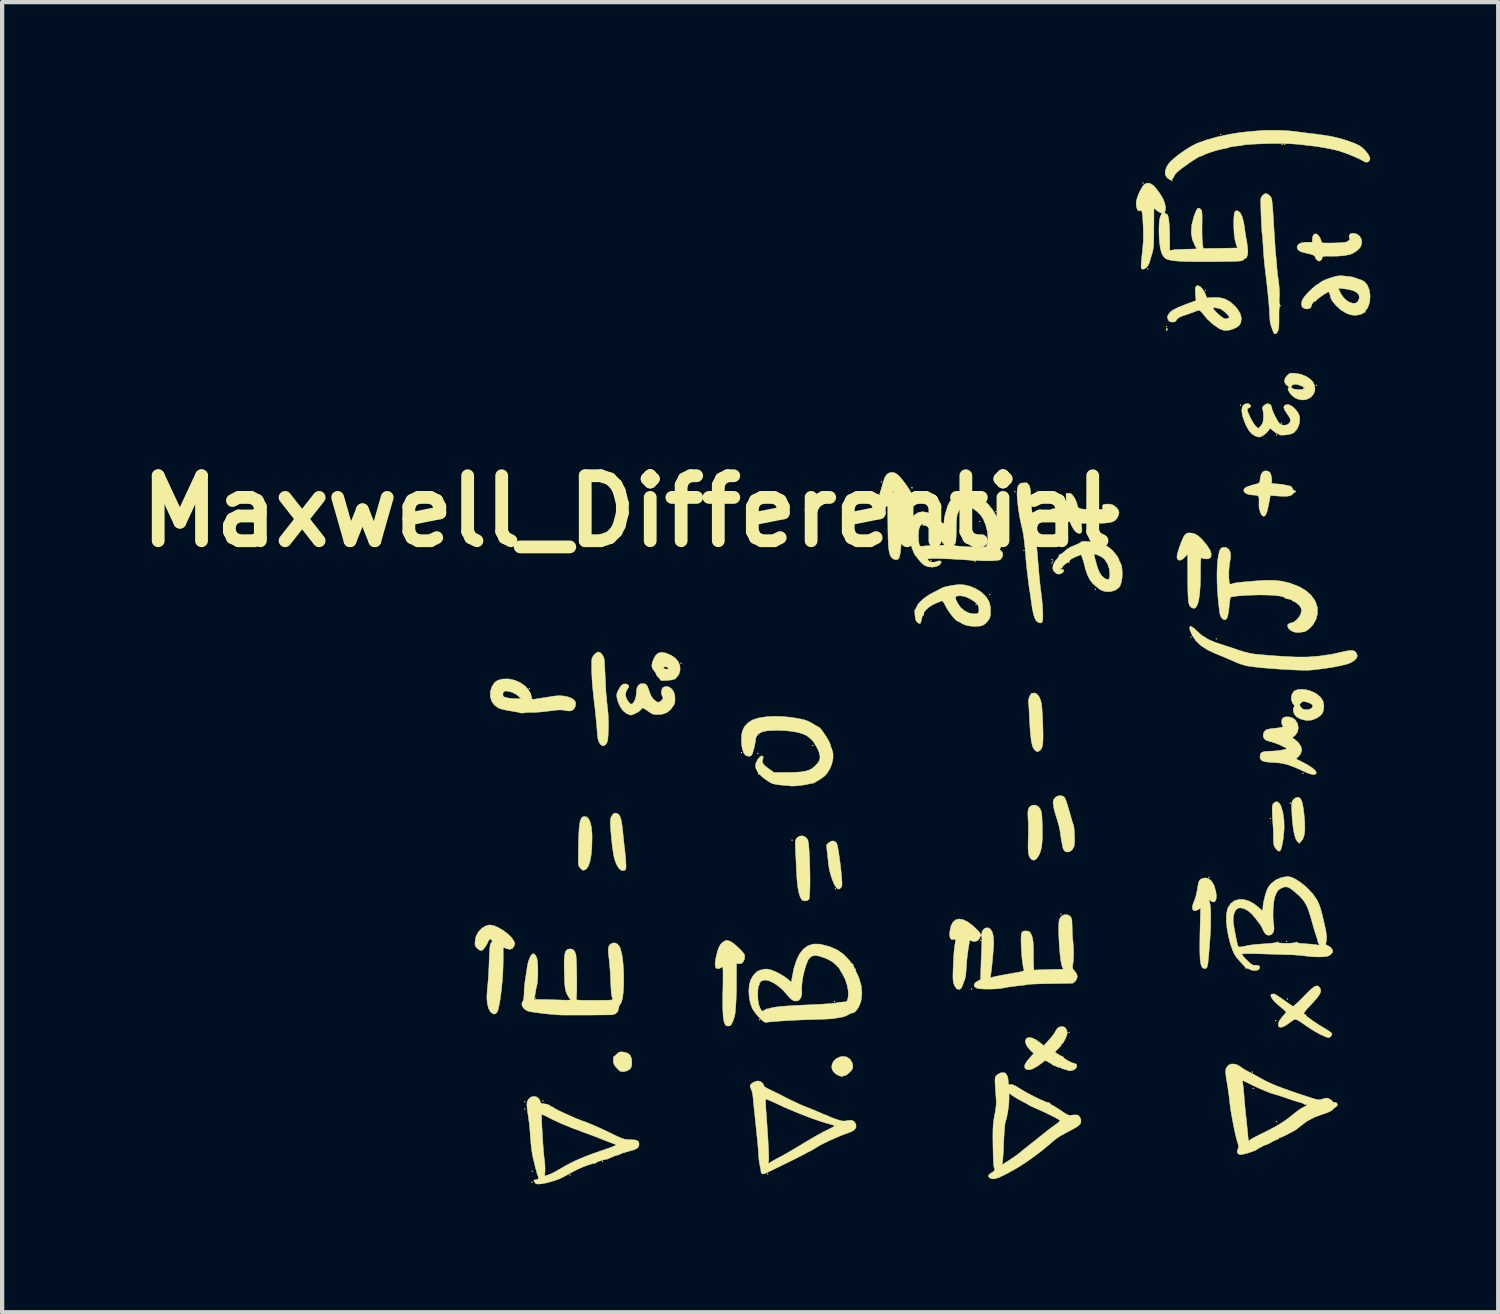
<source format=kicad_pcb>
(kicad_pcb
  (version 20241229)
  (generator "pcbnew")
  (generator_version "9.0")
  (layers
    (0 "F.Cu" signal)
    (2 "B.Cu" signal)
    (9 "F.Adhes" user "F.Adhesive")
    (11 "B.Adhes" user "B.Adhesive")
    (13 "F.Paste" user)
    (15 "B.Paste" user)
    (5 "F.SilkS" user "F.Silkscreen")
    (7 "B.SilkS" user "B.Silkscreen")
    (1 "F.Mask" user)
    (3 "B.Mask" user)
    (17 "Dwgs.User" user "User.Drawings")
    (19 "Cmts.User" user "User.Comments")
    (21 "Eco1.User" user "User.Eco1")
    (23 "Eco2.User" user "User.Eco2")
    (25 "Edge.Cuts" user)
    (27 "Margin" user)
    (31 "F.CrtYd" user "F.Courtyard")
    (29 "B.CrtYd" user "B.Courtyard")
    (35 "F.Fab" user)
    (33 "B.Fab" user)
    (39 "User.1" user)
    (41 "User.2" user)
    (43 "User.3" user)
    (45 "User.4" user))
  (footprint "Maxwell_Differential"
    (layer "F.Cu")
    (at 19.155 9.192)
    (property "Reference" "Maxwell_Differential" (at -7.5 -0.25 0) (layer "F.SilkS") (effects (font (size 1.524 1.524) (thickness 0.3))))
    (attr through_hole)
    (fp_poly (pts (xy -9.885 13.6) (xy -9.895 13.61) (xy -9.906 13.6) (xy -9.895 13.589) (xy -9.885 13.6)) (stroke (width 0.01) (type solid)) (fill yes) (layer "F.SilkS"))
    (fp_poly (pts (xy -9.885 13.769) (xy -9.895 13.78) (xy -9.906 13.769) (xy -9.895 13.758) (xy -9.885 13.769)) (stroke (width 0.01) (type solid)) (fill yes) (layer "F.SilkS"))
    (fp_poly (pts (xy -9.779 3.905) (xy -9.79 3.916) (xy -9.8 3.905) (xy -9.79 3.895) (xy -9.779 3.905)) (stroke (width 0.01) (type solid)) (fill yes) (layer "F.SilkS"))
    (fp_poly (pts (xy -9.716 15.229) (xy -9.726 15.24) (xy -9.737 15.229) (xy -9.726 15.219) (xy -9.716 15.229)) (stroke (width 0.01) (type solid)) (fill yes) (layer "F.SilkS"))
    (fp_poly (pts (xy -9.716 15.483) (xy -9.726 15.494) (xy -9.737 15.483) (xy -9.726 15.473) (xy -9.716 15.483)) (stroke (width 0.01) (type solid)) (fill yes) (layer "F.SilkS"))
    (fp_poly (pts (xy -9.631 11.165) (xy -9.641 11.176) (xy -9.652 11.165) (xy -9.641 11.155) (xy -9.631 11.165)) (stroke (width 0.01) (type solid)) (fill yes) (layer "F.SilkS"))
    (fp_poly (pts (xy -9.461 13.578) (xy -9.472 13.589) (xy -9.483 13.578) (xy -9.472 13.568) (xy -9.461 13.578)) (stroke (width 0.01) (type solid)) (fill yes) (layer "F.SilkS"))
    (fp_poly (pts (xy -8.826 15.314) (xy -8.837 15.325) (xy -8.848 15.314) (xy -8.837 15.303) (xy -8.826 15.314)) (stroke (width 0.01) (type solid)) (fill yes) (layer "F.SilkS"))
    (fp_poly (pts (xy -8.065 14.997) (xy -8.075 15.007) (xy -8.086 14.997) (xy -8.075 14.986) (xy -8.065 14.997)) (stroke (width 0.01) (type solid)) (fill yes) (layer "F.SilkS"))
    (fp_poly (pts (xy -6.223 3.313) (xy -6.234 3.323) (xy -6.244 3.313) (xy -6.234 3.302) (xy -6.223 3.313)) (stroke (width 0.01) (type solid)) (fill yes) (layer "F.SilkS"))
    (fp_poly (pts (xy -4.805 5.408) (xy -4.815 5.419) (xy -4.826 5.408) (xy -4.815 5.397) (xy -4.805 5.408)) (stroke (width 0.01) (type solid)) (fill yes) (layer "F.SilkS"))
    (fp_poly (pts (xy -4.424 5.429) (xy -4.434 5.44) (xy -4.445 5.429) (xy -4.434 5.419) (xy -4.424 5.429)) (stroke (width 0.01) (type solid)) (fill yes) (layer "F.SilkS"))
    (fp_poly (pts (xy -4.381 11.673) (xy -4.392 11.684) (xy -4.403 11.673) (xy -4.392 11.663) (xy -4.381 11.673)) (stroke (width 0.01) (type solid)) (fill yes) (layer "F.SilkS"))
    (fp_poly (pts (xy -4.191 15.293) (xy -4.202 15.303) (xy -4.212 15.293) (xy -4.202 15.282) (xy -4.191 15.293)) (stroke (width 0.01) (type solid)) (fill yes) (layer "F.SilkS"))
    (fp_poly (pts (xy -3.619 7.461) (xy -3.63 7.472) (xy -3.641 7.461) (xy -3.63 7.451) (xy -3.619 7.461)) (stroke (width 0.01) (type solid)) (fill yes) (layer "F.SilkS"))
    (fp_poly (pts (xy -3.133 5.239) (xy -3.143 5.249) (xy -3.154 5.239) (xy -3.143 5.228) (xy -3.133 5.239)) (stroke (width 0.01) (type solid)) (fill yes) (layer "F.SilkS"))
    (fp_poly (pts (xy -2.625 11.25) (xy -2.635 11.261) (xy -2.646 11.25) (xy -2.635 11.239) (xy -2.625 11.25)) (stroke (width 0.01) (type solid)) (fill yes) (layer "F.SilkS"))
    (fp_poly (pts (xy -2.603 8.604) (xy -2.614 8.615) (xy -2.625 8.604) (xy -2.614 8.594) (xy -2.603 8.604)) (stroke (width 0.01) (type solid)) (fill yes) (layer "F.SilkS"))
    (fp_poly (pts (xy -1.524 -0.942) (xy -1.535 -0.931) (xy -1.545 -0.942) (xy -1.535 -0.953) (xy -1.524 -0.942)) (stroke (width 0.01) (type solid)) (fill yes) (layer "F.SilkS"))
    (fp_poly (pts (xy -0.36 0.9) (xy -0.37 0.91) (xy -0.381 0.9) (xy -0.37 0.889) (xy -0.36 0.9)) (stroke (width 0.01) (type solid)) (fill yes) (layer "F.SilkS"))
    (fp_poly (pts (xy 0.593 10.954) (xy 0.582 10.964) (xy 0.572 10.954) (xy 0.582 10.943) (xy 0.593 10.954)) (stroke (width 0.01) (type solid)) (fill yes) (layer "F.SilkS"))
    (fp_poly (pts (xy 0.699 1.937) (xy 0.688 1.947) (xy 0.677 1.937) (xy 0.688 1.926) (xy 0.699 1.937)) (stroke (width 0.01) (type solid)) (fill yes) (layer "F.SilkS"))
    (fp_poly (pts (xy 0.783 -0.011) (xy 0.773 0) (xy 0.762 -0.011) (xy 0.773 -0.021) (xy 0.783 -0.011)) (stroke (width 0.01) (type solid)) (fill yes) (layer "F.SilkS"))
    (fp_poly (pts (xy 0.804 9.811) (xy 0.794 9.821) (xy 0.783 9.811) (xy 0.794 9.8) (xy 0.804 9.811)) (stroke (width 0.01) (type solid)) (fill yes) (layer "F.SilkS"))
    (fp_poly (pts (xy 1.016 1.704) (xy 1.005 1.714) (xy 0.995 1.704) (xy 1.005 1.693) (xy 1.016 1.704)) (stroke (width 0.01) (type solid)) (fill yes) (layer "F.SilkS"))
    (fp_poly (pts (xy 1.164 -0.243) (xy 1.154 -0.233) (xy 1.143 -0.243) (xy 1.154 -0.254) (xy 1.164 -0.243)) (stroke (width 0.01) (type solid)) (fill yes) (layer "F.SilkS"))
    (fp_poly (pts (xy 1.355 0.349) (xy 1.344 0.36) (xy 1.333 0.349) (xy 1.344 0.339) (xy 1.355 0.349)) (stroke (width 0.01) (type solid)) (fill yes) (layer "F.SilkS"))
    (fp_poly (pts (xy 1.609 -0.709) (xy 1.598 -0.699) (xy 1.587 -0.709) (xy 1.598 -0.72) (xy 1.609 -0.709)) (stroke (width 0.01) (type solid)) (fill yes) (layer "F.SilkS"))
    (fp_poly (pts (xy 1.82 0.667) (xy 1.81 0.677) (xy 1.799 0.667) (xy 1.81 0.656) (xy 1.82 0.667)) (stroke (width 0.01) (type solid)) (fill yes) (layer "F.SilkS"))
    (fp_poly (pts (xy 2.477 0.878) (xy 2.466 0.889) (xy 2.455 0.878) (xy 2.466 0.868) (xy 2.477 0.878)) (stroke (width 0.01) (type solid)) (fill yes) (layer "F.SilkS"))
    (fp_poly (pts (xy 2.477 0.963) (xy 2.466 0.974) (xy 2.455 0.963) (xy 2.466 0.953) (xy 2.477 0.963)) (stroke (width 0.01) (type solid)) (fill yes) (layer "F.SilkS"))
    (fp_poly (pts (xy 2.498 0.921) (xy 2.487 0.931) (xy 2.477 0.921) (xy 2.487 0.91) (xy 2.498 0.921)) (stroke (width 0.01) (type solid)) (fill yes) (layer "F.SilkS"))
    (fp_poly (pts (xy 2.688 9.197) (xy 2.678 9.207) (xy 2.667 9.197) (xy 2.678 9.186) (xy 2.688 9.197)) (stroke (width 0.01) (type solid)) (fill yes) (layer "F.SilkS"))
    (fp_poly (pts (xy 2.879 11.97) (xy 2.868 11.98) (xy 2.857 11.97) (xy 2.868 11.959) (xy 2.879 11.97)) (stroke (width 0.01) (type solid)) (fill yes) (layer "F.SilkS"))
    (fp_poly (pts (xy 3.493 1.577) (xy 3.482 1.587) (xy 3.471 1.577) (xy 3.482 1.566) (xy 3.493 1.577)) (stroke (width 0.01) (type solid)) (fill yes) (layer "F.SilkS"))
    (fp_poly (pts (xy 4.614 -7.948) (xy 4.604 -7.938) (xy 4.593 -7.948) (xy 4.604 -7.959) (xy 4.614 -7.948)) (stroke (width 0.01) (type solid)) (fill yes) (layer "F.SilkS"))
    (fp_poly (pts (xy 4.72 -5.937) (xy 4.71 -5.927) (xy 4.699 -5.937) (xy 4.71 -5.948) (xy 4.72 -5.937)) (stroke (width 0.01) (type solid)) (fill yes) (layer "F.SilkS"))
    (fp_poly (pts (xy 5.165 -4.583) (xy 5.154 -4.572) (xy 5.144 -4.583) (xy 5.154 -4.593) (xy 5.165 -4.583)) (stroke (width 0.01) (type solid)) (fill yes) (layer "F.SilkS"))
    (fp_poly (pts (xy 5.736 2.699) (xy 5.726 2.709) (xy 5.715 2.699) (xy 5.726 2.688) (xy 5.736 2.699)) (stroke (width 0.01) (type solid)) (fill yes) (layer "F.SilkS"))
    (fp_poly (pts (xy 6.075 -5.429) (xy 6.064 -5.419) (xy 6.054 -5.429) (xy 6.064 -5.44) (xy 6.075 -5.429)) (stroke (width 0.01) (type solid)) (fill yes) (layer "F.SilkS"))
    (fp_poly (pts (xy 6.16 8.329) (xy 6.149 8.34) (xy 6.138 8.329) (xy 6.149 8.319) (xy 6.16 8.329)) (stroke (width 0.01) (type solid)) (fill yes) (layer "F.SilkS"))
    (fp_poly (pts (xy 6.329 2.741) (xy 6.318 2.752) (xy 6.308 2.741) (xy 6.318 2.731) (xy 6.329 2.741)) (stroke (width 0.01) (type solid)) (fill yes) (layer "F.SilkS"))
    (fp_poly (pts (xy 6.435 -9.091) (xy 6.424 -9.081) (xy 6.413 -9.091) (xy 6.424 -9.102) (xy 6.435 -9.091)) (stroke (width 0.01) (type solid)) (fill yes) (layer "F.SilkS"))
    (fp_poly (pts (xy 6.9 -2.741) (xy 6.89 -2.731) (xy 6.879 -2.741) (xy 6.89 -2.752) (xy 6.9 -2.741)) (stroke (width 0.01) (type solid)) (fill yes) (layer "F.SilkS"))
    (fp_poly (pts (xy 7.176 12.901) (xy 7.165 12.912) (xy 7.154 12.901) (xy 7.165 12.89) (xy 7.176 12.901)) (stroke (width 0.01) (type solid)) (fill yes) (layer "F.SilkS"))
    (fp_poly (pts (xy 7.197 13.282) (xy 7.186 13.293) (xy 7.176 13.282) (xy 7.186 13.271) (xy 7.197 13.282)) (stroke (width 0.01) (type solid)) (fill yes) (layer "F.SilkS"))
    (fp_poly (pts (xy 7.599 6.953) (xy 7.588 6.964) (xy 7.578 6.953) (xy 7.588 6.943) (xy 7.599 6.953)) (stroke (width 0.01) (type solid)) (fill yes) (layer "F.SilkS"))
    (fp_poly (pts (xy 7.726 11.695) (xy 7.715 11.705) (xy 7.705 11.695) (xy 7.715 11.684) (xy 7.726 11.695)) (stroke (width 0.01) (type solid)) (fill yes) (layer "F.SilkS"))
    (fp_poly (pts (xy 7.747 -2.043) (xy 7.736 -2.032) (xy 7.726 -2.043) (xy 7.736 -2.053) (xy 7.747 -2.043)) (stroke (width 0.01) (type solid)) (fill yes) (layer "F.SilkS"))
    (fp_poly (pts (xy 7.747 14.065) (xy 7.736 14.076) (xy 7.726 14.065) (xy 7.736 14.055) (xy 7.747 14.065)) (stroke (width 0.01) (type solid)) (fill yes) (layer "F.SilkS"))
    (fp_poly (pts (xy 7.853 -2.318) (xy 7.842 -2.307) (xy 7.832 -2.318) (xy 7.842 -2.328) (xy 7.853 -2.318)) (stroke (width 0.01) (type solid)) (fill yes) (layer "F.SilkS"))
    (fp_poly (pts (xy 7.874 -8.858) (xy 7.863 -8.848) (xy 7.853 -8.858) (xy 7.863 -8.869) (xy 7.874 -8.858)) (stroke (width 0.01) (type solid)) (fill yes) (layer "F.SilkS"))
    (fp_poly (pts (xy 7.938 -8.858) (xy 7.927 -8.848) (xy 7.916 -8.858) (xy 7.927 -8.869) (xy 7.938 -8.858)) (stroke (width 0.01) (type solid)) (fill yes) (layer "F.SilkS"))
    (fp_poly (pts (xy 7.98 9.832) (xy 7.969 9.842) (xy 7.959 9.832) (xy 7.969 9.821) (xy 7.98 9.832)) (stroke (width 0.01) (type solid)) (fill yes) (layer "F.SilkS"))
    (fp_poly (pts (xy 8.001 11.187) (xy 7.99 11.197) (xy 7.98 11.187) (xy 7.99 11.176) (xy 8.001 11.187)) (stroke (width 0.01) (type solid)) (fill yes) (layer "F.SilkS"))
    (fp_poly (pts (xy 8.065 6.593) (xy 8.054 6.604) (xy 8.043 6.593) (xy 8.054 6.583) (xy 8.065 6.593)) (stroke (width 0.01) (type solid)) (fill yes) (layer "F.SilkS"))
    (fp_poly (pts (xy 8.361 5.895) (xy 8.35 5.905) (xy 8.34 5.895) (xy 8.35 5.884) (xy 8.361 5.895)) (stroke (width 0.01) (type solid)) (fill yes) (layer "F.SilkS"))
    (fp_poly (pts (xy 8.382 -3.143) (xy 8.371 -3.133) (xy 8.361 -3.143) (xy 8.371 -3.154) (xy 8.382 -3.143)) (stroke (width 0.01) (type solid)) (fill yes) (layer "F.SilkS"))
    (fp_poly (pts (xy 8.678 -3.207) (xy 8.668 -3.196) (xy 8.657 -3.207) (xy 8.668 -3.217) (xy 8.678 -3.207)) (stroke (width 0.01) (type solid)) (fill yes) (layer "F.SilkS"))
    (fp_poly (pts (xy -0.811 -0.818) (xy -0.809 -0.793) (xy -0.811 -0.79) (xy -0.824 -0.793) (xy -0.826 -0.804) (xy -0.818 -0.822) (xy -0.811 -0.818)) (stroke (width 0.01) (type solid)) (fill yes) (layer "F.SilkS"))
    (fp_poly (pts (xy 5.165 -4.54) (xy 5.177 -4.515) (xy 5.174 -4.507) (xy 5.154 -4.488) (xy 5.144 -4.51) (xy 5.144 -4.52) (xy 5.154 -4.542) (xy 5.165 -4.54)) (stroke (width 0.01) (type solid)) (fill yes) (layer "F.SilkS"))
    (fp_poly (pts (xy -2.349 12.547) (xy -2.275 12.595) (xy -2.224 12.672) (xy -2.208 12.735) (xy -2.204 12.787) (xy -2.213 12.826) (xy -2.242 12.866) (xy -2.284 12.91) (xy -2.335 12.955) (xy -2.376 12.981) (xy -2.395 12.984) (xy -2.425 12.985) (xy -2.433 12.994) (xy -2.452 13.01) (xy -2.458 13.008) (xy -2.485 12.996) (xy -2.51 12.991) (xy -2.553 12.974) (xy -2.608 12.942) (xy -2.617 12.935) (xy -2.675 12.87) (xy -2.699 12.795) (xy -2.691 12.718) (xy -2.654 12.645) (xy -2.592 12.585) (xy -2.508 12.545) (xy -2.441 12.533) (xy -2.349 12.547)) (stroke (width 0.01) (type solid)) (fill yes) (layer "F.SilkS"))
    (fp_poly (pts (xy 8.265 6.464) (xy 8.297 6.491) (xy 8.323 6.543) (xy 8.345 6.623) (xy 8.364 6.737) (xy 8.379 6.859) (xy 8.395 7.054) (xy 8.397 7.213) (xy 8.383 7.337) (xy 8.353 7.429) (xy 8.313 7.487) (xy 8.263 7.536) (xy 8.217 7.487) (xy 8.183 7.429) (xy 8.154 7.334) (xy 8.128 7.205) (xy 8.108 7.047) (xy 8.094 6.865) (xy 8.093 6.826) (xy 8.088 6.718) (xy 8.087 6.643) (xy 8.09 6.592) (xy 8.099 6.558) (xy 8.114 6.531) (xy 8.127 6.514) (xy 8.177 6.47) (xy 8.224 6.456) (xy 8.265 6.464)) (stroke (width 0.01) (type solid)) (fill yes) (layer "F.SilkS"))
    (fp_poly (pts (xy -7.606 12.428) (xy -7.584 12.431) (xy -7.491 12.454) (xy -7.429 12.503) (xy -7.395 12.58) (xy -7.387 12.67) (xy -7.391 12.744) (xy -7.404 12.791) (xy -7.434 12.83) (xy -7.443 12.839) (xy -7.501 12.873) (xy -7.572 12.891) (xy -7.639 12.888) (xy -7.673 12.874) (xy -7.699 12.849) (xy -7.741 12.806) (xy -7.758 12.788) (xy -7.803 12.726) (xy -7.82 12.661) (xy -7.822 12.626) (xy -7.819 12.571) (xy -7.813 12.54) (xy -7.81 12.538) (xy -7.789 12.526) (xy -7.753 12.493) (xy -7.741 12.48) (xy -7.701 12.443) (xy -7.662 12.428) (xy -7.606 12.428)) (stroke (width 0.01) (type solid)) (fill yes) (layer "F.SilkS"))
    (fp_poly (pts (xy 7.761 6.566) (xy 7.808 6.609) (xy 7.832 6.652) (xy 7.881 6.807) (xy 7.908 6.99) (xy 7.912 7.196) (xy 7.891 7.416) (xy 7.882 7.473) (xy 7.86 7.591) (xy 7.839 7.67) (xy 7.816 7.712) (xy 7.789 7.722) (xy 7.755 7.701) (xy 7.717 7.661) (xy 7.69 7.624) (xy 7.674 7.586) (xy 7.665 7.535) (xy 7.661 7.459) (xy 7.66 7.412) (xy 7.659 7.312) (xy 7.656 7.213) (xy 7.652 7.134) (xy 7.651 7.123) (xy 7.64 6.965) (xy 7.634 6.844) (xy 7.631 6.754) (xy 7.633 6.69) (xy 7.638 6.646) (xy 7.648 6.617) (xy 7.658 6.602) (xy 7.71 6.563) (xy 7.761 6.566)) (stroke (width 0.01) (type solid)) (fill yes) (layer "F.SilkS"))
    (fp_poly (pts (xy -8.456 6.912) (xy -8.405 6.955) (xy -8.365 7.034) (xy -8.337 7.147) (xy -8.322 7.29) (xy -8.319 7.395) (xy -8.325 7.623) (xy -8.341 7.811) (xy -8.369 7.961) (xy -8.407 8.071) (xy -8.456 8.14) (xy -8.514 8.169) (xy -8.528 8.17) (xy -8.552 8.156) (xy -8.589 8.122) (xy -8.595 8.116) (xy -8.615 8.093) (xy -8.629 8.069) (xy -8.637 8.037) (xy -8.642 7.989) (xy -8.643 7.918) (xy -8.642 7.816) (xy -8.641 7.74) (xy -8.637 7.53) (xy -8.632 7.359) (xy -8.625 7.222) (xy -8.615 7.116) (xy -8.603 7.036) (xy -8.587 6.98) (xy -8.568 6.942) (xy -8.543 6.919) (xy -8.517 6.908) (xy -8.456 6.912)) (stroke (width 0.01) (type solid)) (fill yes) (layer "F.SilkS"))
    (fp_poly (pts (xy -2.595 7.517) (xy -2.581 7.538) (xy -2.569 7.576) (xy -2.554 7.649) (xy -2.537 7.748) (xy -2.52 7.867) (xy -2.502 7.996) (xy -2.486 8.128) (xy -2.473 8.256) (xy -2.464 8.361) (xy -2.458 8.453) (xy -2.458 8.512) (xy -2.466 8.55) (xy -2.482 8.575) (xy -2.486 8.579) (xy -2.522 8.608) (xy -2.553 8.608) (xy -2.588 8.575) (xy -2.611 8.546) (xy -2.644 8.487) (xy -2.681 8.4) (xy -2.716 8.298) (xy -2.745 8.194) (xy -2.764 8.101) (xy -2.764 8.101) (xy -2.77 8.051) (xy -2.779 7.972) (xy -2.79 7.876) (xy -2.798 7.804) (xy -2.823 7.576) (xy -2.768 7.521) (xy -2.707 7.483) (xy -2.646 7.482) (xy -2.595 7.517)) (stroke (width 0.01) (type solid)) (fill yes) (layer "F.SilkS"))
    (fp_poly (pts (xy -7.723 6.839) (xy -7.686 6.869) (xy -7.658 6.921) (xy -7.635 6.999) (xy -7.616 7.109) (xy -7.6 7.25) (xy -7.588 7.369) (xy -7.576 7.491) (xy -7.564 7.6) (xy -7.556 7.662) (xy -7.545 7.77) (xy -7.534 7.891) (xy -7.527 7.985) (xy -7.523 8.07) (xy -7.525 8.123) (xy -7.535 8.152) (xy -7.553 8.168) (xy -7.601 8.176) (xy -7.632 8.17) (xy -7.683 8.131) (xy -7.731 8.059) (xy -7.774 7.961) (xy -7.807 7.846) (xy -7.821 7.772) (xy -7.845 7.6) (xy -7.863 7.442) (xy -7.877 7.277) (xy -7.886 7.151) (xy -7.891 7.05) (xy -7.888 6.98) (xy -7.876 6.929) (xy -7.866 6.905) (xy -7.821 6.844) (xy -7.769 6.825) (xy -7.723 6.839)) (stroke (width 0.01) (type solid)) (fill yes) (layer "F.SilkS"))
    (fp_poly (pts (xy 2.142 6.67) (xy 2.194 6.735) (xy 2.209 6.77) (xy 2.22 6.815) (xy 2.228 6.878) (xy 2.234 6.967) (xy 2.238 7.087) (xy 2.24 7.167) (xy 2.241 7.356) (xy 2.235 7.51) (xy 2.22 7.633) (xy 2.196 7.732) (xy 2.162 7.812) (xy 2.126 7.868) (xy 2.076 7.92) (xy 2.032 7.934) (xy 1.986 7.911) (xy 1.97 7.896) (xy 1.942 7.859) (xy 1.922 7.806) (xy 1.911 7.732) (xy 1.906 7.632) (xy 1.907 7.498) (xy 1.91 7.421) (xy 1.913 7.294) (xy 1.913 7.161) (xy 1.91 7.038) (xy 1.905 6.953) (xy 1.9 6.837) (xy 1.907 6.755) (xy 1.928 6.7) (xy 1.965 6.663) (xy 2.001 6.646) (xy 2.075 6.638) (xy 2.142 6.67)) (stroke (width 0.01) (type solid)) (fill yes) (layer "F.SilkS"))
    (fp_poly (pts (xy -3.315 7.39) (xy -3.29 7.414) (xy -3.27 7.442) (xy -3.255 7.477) (xy -3.245 7.527) (xy -3.237 7.6) (xy -3.229 7.705) (xy -3.227 7.74) (xy -3.218 7.908) (xy -3.213 8.079) (xy -3.209 8.246) (xy -3.208 8.403) (xy -3.209 8.546) (xy -3.213 8.669) (xy -3.219 8.765) (xy -3.227 8.83) (xy -3.236 8.855) (xy -3.281 8.882) (xy -3.34 8.887) (xy -3.39 8.87) (xy -3.4 8.861) (xy -3.438 8.796) (xy -3.47 8.696) (xy -3.495 8.558) (xy -3.514 8.382) (xy -3.525 8.202) (xy -3.529 8.113) (xy -3.534 7.997) (xy -3.54 7.869) (xy -3.546 7.747) (xy -3.551 7.631) (xy -3.553 7.55) (xy -3.552 7.495) (xy -3.545 7.459) (xy -3.533 7.433) (xy -3.515 7.41) (xy -3.453 7.367) (xy -3.382 7.36) (xy -3.315 7.39)) (stroke (width 0.01) (type solid)) (fill yes) (layer "F.SilkS"))
    (fp_poly (pts (xy 2.112 4.033) (xy 2.162 4.093) (xy 2.202 4.185) (xy 2.219 4.257) (xy 2.227 4.315) (xy 2.234 4.407) (xy 2.242 4.523) (xy 2.248 4.654) (xy 2.253 4.785) (xy 2.257 4.951) (xy 2.257 5.081) (xy 2.252 5.179) (xy 2.242 5.251) (xy 2.226 5.303) (xy 2.202 5.34) (xy 2.171 5.367) (xy 2.167 5.37) (xy 2.132 5.387) (xy 2.102 5.379) (xy 2.066 5.351) (xy 2.039 5.319) (xy 2.016 5.274) (xy 1.997 5.21) (xy 1.98 5.123) (xy 1.967 5.01) (xy 1.954 4.866) (xy 1.943 4.688) (xy 1.935 4.524) (xy 1.93 4.421) (xy 1.924 4.333) (xy 1.919 4.268) (xy 1.914 4.237) (xy 1.914 4.236) (xy 1.913 4.186) (xy 1.929 4.121) (xy 1.956 4.06) (xy 1.988 4.022) (xy 1.991 4.021) (xy 2.053 4.008) (xy 2.112 4.033)) (stroke (width 0.01) (type solid)) (fill yes) (layer "F.SilkS"))
    (fp_poly (pts (xy -6.601 3.071) (xy -6.484 3.118) (xy -6.46 3.129) (xy -6.362 3.197) (xy -6.294 3.283) (xy -6.258 3.38) (xy -6.255 3.479) (xy -6.285 3.575) (xy -6.35 3.659) (xy -6.38 3.683) (xy -6.414 3.696) (xy -6.472 3.706) (xy -6.541 3.714) (xy -6.611 3.718) (xy -6.672 3.718) (xy -6.711 3.713) (xy -6.72 3.703) (xy -6.728 3.682) (xy -6.76 3.647) (xy -6.763 3.644) (xy -6.8 3.604) (xy -6.816 3.571) (xy -6.816 3.57) (xy -6.829 3.536) (xy -6.862 3.491) (xy -6.869 3.484) (xy -6.907 3.427) (xy -6.909 3.415) (xy -6.644 3.415) (xy -6.638 3.436) (xy -6.599 3.449) (xy -6.578 3.45) (xy -6.534 3.448) (xy -6.526 3.438) (xy -6.545 3.416) (xy -6.585 3.393) (xy -6.613 3.394) (xy -6.644 3.415) (xy -6.909 3.415) (xy -6.919 3.364) (xy -6.903 3.285) (xy -6.876 3.215) (xy -6.827 3.128) (xy -6.768 3.076) (xy -6.694 3.057) (xy -6.601 3.071)) (stroke (width 0.01) (type solid)) (fill yes) (layer "F.SilkS"))
    (fp_poly (pts (xy 2.701 6.422) (xy 2.725 6.432) (xy 2.748 6.448) (xy 2.768 6.472) (xy 2.788 6.512) (xy 2.81 6.574) (xy 2.838 6.663) (xy 2.873 6.786) (xy 2.879 6.805) (xy 2.906 6.901) (xy 2.93 6.984) (xy 2.948 7.044) (xy 2.957 7.07) (xy 2.97 7.106) (xy 2.979 7.146) (xy 2.986 7.2) (xy 2.991 7.279) (xy 2.995 7.36) (xy 2.997 7.458) (xy 2.994 7.543) (xy 2.986 7.602) (xy 2.983 7.614) (xy 2.941 7.686) (xy 2.884 7.73) (xy 2.822 7.742) (xy 2.768 7.721) (xy 2.736 7.68) (xy 2.722 7.641) (xy 2.697 7.508) (xy 2.679 7.407) (xy 2.666 7.328) (xy 2.658 7.26) (xy 2.657 7.255) (xy 2.645 7.19) (xy 2.623 7.101) (xy 2.595 7) (xy 2.578 6.948) (xy 2.549 6.855) (xy 2.525 6.77) (xy 2.51 6.707) (xy 2.507 6.684) (xy 2.5 6.63) (xy 2.492 6.597) (xy 2.493 6.56) (xy 2.51 6.507) (xy 2.513 6.502) (xy 2.56 6.447) (xy 2.628 6.419) (xy 2.701 6.422)) (stroke (width 0.01) (type solid)) (fill yes) (layer "F.SilkS"))
    (fp_poly (pts (xy 8.168 -3.488) (xy 8.181 -3.487) (xy 8.309 -3.463) (xy 8.43 -3.413) (xy 8.53 -3.345) (xy 8.588 -3.281) (xy 8.63 -3.187) (xy 8.633 -3.091) (xy 8.602 -3.001) (xy 8.538 -2.927) (xy 8.473 -2.889) (xy 8.403 -2.866) (xy 8.337 -2.862) (xy 8.255 -2.876) (xy 8.229 -2.883) (xy 8.157 -2.917) (xy 8.085 -2.977) (xy 8.076 -2.986) (xy 8.03 -3.048) (xy 8.005 -3.101) (xy 8.003 -3.14) (xy 8.027 -3.154) (xy 8.033 -3.163) (xy 8.014 -3.176) (xy 8.075 -3.176) (xy 8.084 -3.145) (xy 8.123 -3.123) (xy 8.186 -3.109) (xy 8.26 -3.104) (xy 8.329 -3.109) (xy 8.379 -3.123) (xy 8.394 -3.136) (xy 8.385 -3.154) (xy 8.345 -3.179) (xy 8.287 -3.203) (xy 8.222 -3.223) (xy 8.196 -3.229) (xy 8.14 -3.227) (xy 8.096 -3.207) (xy 8.075 -3.176) (xy 8.014 -3.176) (xy 8.012 -3.178) (xy 7.945 -3.232) (xy 7.918 -3.297) (xy 7.932 -3.367) (xy 7.981 -3.433) (xy 8.019 -3.468) (xy 8.053 -3.487) (xy 8.098 -3.492) (xy 8.168 -3.488)) (stroke (width 0.01) (type solid)) (fill yes) (layer "F.SilkS"))
    (fp_poly (pts (xy 8.43 3.935) (xy 8.544 3.968) (xy 8.651 4.019) (xy 8.67 4.031) (xy 8.766 4.111) (xy 8.823 4.2) (xy 8.843 4.303) (xy 8.84 4.366) (xy 8.827 4.44) (xy 8.804 4.494) (xy 8.761 4.54) (xy 8.69 4.59) (xy 8.679 4.597) (xy 8.566 4.645) (xy 8.442 4.655) (xy 8.314 4.627) (xy 8.287 4.616) (xy 8.209 4.573) (xy 8.161 4.524) (xy 8.131 4.454) (xy 8.129 4.449) (xy 8.123 4.384) (xy 8.142 4.341) (xy 8.159 4.308) (xy 8.156 4.299) (xy 8.277 4.299) (xy 8.3 4.336) (xy 8.306 4.344) (xy 8.343 4.384) (xy 8.391 4.4) (xy 8.436 4.403) (xy 8.515 4.391) (xy 8.562 4.361) (xy 8.584 4.318) (xy 8.567 4.281) (xy 8.511 4.247) (xy 8.448 4.225) (xy 8.387 4.21) (xy 8.351 4.209) (xy 8.324 4.225) (xy 8.307 4.241) (xy 8.28 4.274) (xy 8.277 4.299) (xy 8.156 4.299) (xy 8.156 4.297) (xy 8.131 4.278) (xy 8.104 4.234) (xy 8.084 4.179) (xy 8.076 4.13) (xy 8.077 4.128) (xy 8.096 4.037) (xy 8.139 3.972) (xy 8.148 3.965) (xy 8.221 3.933) (xy 8.319 3.923) (xy 8.43 3.935)) (stroke (width 0.01) (type solid)) (fill yes) (layer "F.SilkS"))
    (fp_poly (pts (xy 5.723 0.258) (xy 5.735 0.259) (xy 5.812 0.277) (xy 5.889 0.321) (xy 5.971 0.393) (xy 6.063 0.499) (xy 6.109 0.558) (xy 6.172 0.657) (xy 6.201 0.743) (xy 6.197 0.81) (xy 6.176 0.842) (xy 6.132 0.863) (xy 6.068 0.866) (xy 6.005 0.853) (xy 5.99 0.847) (xy 5.977 0.841) (xy 5.966 0.845) (xy 5.959 0.863) (xy 5.955 0.901) (xy 5.952 0.963) (xy 5.95 1.056) (xy 5.95 1.183) (xy 5.95 1.24) (xy 5.945 1.472) (xy 5.932 1.664) (xy 5.911 1.815) (xy 5.883 1.926) (xy 5.846 1.997) (xy 5.801 2.026) (xy 5.748 2.014) (xy 5.732 2.003) (xy 5.709 1.982) (xy 5.691 1.952) (xy 5.677 1.911) (xy 5.667 1.852) (xy 5.66 1.77) (xy 5.655 1.662) (xy 5.652 1.522) (xy 5.651 1.345) (xy 5.651 1.307) (xy 5.648 0.751) (xy 5.6 0.807) (xy 5.535 0.868) (xy 5.477 0.896) (xy 5.432 0.893) (xy 5.404 0.857) (xy 5.397 0.813) (xy 5.406 0.758) (xy 5.427 0.678) (xy 5.458 0.584) (xy 5.493 0.488) (xy 5.53 0.4) (xy 5.563 0.333) (xy 5.584 0.302) (xy 5.62 0.27) (xy 5.661 0.256) (xy 5.723 0.258)) (stroke (width 0.01) (type solid)) (fill yes) (layer "F.SilkS"))
    (fp_poly (pts (xy -1.222 -1.153) (xy -1.162 -1.116) (xy -1.094 -1.05) (xy -1.013 -0.952) (xy -0.936 -0.847) (xy -0.87 -0.744) (xy -0.834 -0.661) (xy -0.826 -0.593) (xy -0.846 -0.533) (xy -0.858 -0.513) (xy -0.901 -0.477) (xy -0.966 -0.466) (xy -0.97 -0.466) (xy -1.048 -0.466) (xy -1.053 0.026) (xy -1.058 0.272) (xy -1.067 0.477) (xy -1.08 0.639) (xy -1.097 0.76) (xy -1.119 0.839) (xy -1.125 0.852) (xy -1.162 0.883) (xy -1.214 0.884) (xy -1.271 0.855) (xy -1.291 0.837) (xy -1.316 0.803) (xy -1.336 0.757) (xy -1.352 0.696) (xy -1.364 0.613) (xy -1.372 0.505) (xy -1.378 0.366) (xy -1.381 0.193) (xy -1.382 0.094) (xy -1.386 -0.372) (xy -1.439 -0.364) (xy -1.499 -0.375) (xy -1.55 -0.418) (xy -1.584 -0.482) (xy -1.592 -0.537) (xy -1.584 -0.606) (xy -1.566 -0.684) (xy -1.561 -0.699) (xy -1.27 -0.699) (xy -1.262 -0.681) (xy -1.256 -0.684) (xy -1.253 -0.71) (xy -1.256 -0.713) (xy -1.268 -0.71) (xy -1.27 -0.699) (xy -1.561 -0.699) (xy -1.56 -0.703) (xy -1.537 -0.773) (xy -1.512 -0.862) (xy -1.492 -0.937) (xy -1.455 -1.046) (xy -1.406 -1.117) (xy -1.343 -1.155) (xy -1.278 -1.164) (xy -1.222 -1.153)) (stroke (width 0.01) (type solid)) (fill yes) (layer "F.SilkS"))
    (fp_poly (pts (xy 6.148 8.37) (xy 6.214 8.43) (xy 6.268 8.523) (xy 6.305 8.647) (xy 6.319 8.726) (xy 6.321 8.819) (xy 6.304 8.882) (xy 6.269 8.912) (xy 6.221 8.907) (xy 6.177 8.876) (xy 6.153 8.856) (xy 6.147 8.861) (xy 6.157 8.897) (xy 6.166 8.923) (xy 6.177 8.981) (xy 6.185 9.072) (xy 6.189 9.19) (xy 6.19 9.327) (xy 6.188 9.475) (xy 6.182 9.625) (xy 6.173 9.768) (xy 6.164 9.881) (xy 6.155 10.007) (xy 6.147 10.107) (xy 6.136 10.24) (xy 6.125 10.339) (xy 6.112 10.41) (xy 6.104 10.44) (xy 6.077 10.471) (xy 6.034 10.475) (xy 5.994 10.45) (xy 5.993 10.449) (xy 5.972 10.413) (xy 5.956 10.358) (xy 5.944 10.28) (xy 5.937 10.176) (xy 5.934 10.042) (xy 5.934 9.874) (xy 5.937 9.668) (xy 5.938 9.625) (xy 5.952 9.059) (xy 5.89 9.094) (xy 5.826 9.118) (xy 5.782 9.108) (xy 5.76 9.069) (xy 5.762 9.003) (xy 5.79 8.917) (xy 5.803 8.889) (xy 5.828 8.821) (xy 5.854 8.729) (xy 5.873 8.633) (xy 5.874 8.625) (xy 5.891 8.523) (xy 5.906 8.454) (xy 5.924 8.411) (xy 5.947 8.384) (xy 5.979 8.365) (xy 5.988 8.362) (xy 6.072 8.346) (xy 6.148 8.37)) (stroke (width 0.01) (type solid)) (fill yes) (layer "F.SilkS"))
    (fp_poly (pts (xy -8.122 3.067) (xy -8.077 3.116) (xy -8.044 3.184) (xy -8.034 3.229) (xy -8.03 3.28) (xy -8.024 3.363) (xy -8.019 3.468) (xy -8.013 3.586) (xy -8.011 3.641) (xy -8.005 3.759) (xy -8 3.868) (xy -7.996 3.956) (xy -7.992 4.016) (xy -7.991 4.032) (xy -7.985 4.086) (xy -7.977 4.164) (xy -7.97 4.244) (xy -7.961 4.331) (xy -7.952 4.413) (xy -7.946 4.466) (xy -7.939 4.556) (xy -7.936 4.665) (xy -7.935 4.784) (xy -7.938 4.903) (xy -7.943 5.011) (xy -7.951 5.098) (xy -7.962 5.153) (xy -7.962 5.154) (xy -7.997 5.218) (xy -8.043 5.248) (xy -8.092 5.242) (xy -8.132 5.203) (xy -8.158 5.157) (xy -8.176 5.109) (xy -8.188 5.047) (xy -8.197 4.959) (xy -8.201 4.9) (xy -8.209 4.791) (xy -8.222 4.656) (xy -8.236 4.511) (xy -8.251 4.371) (xy -8.266 4.253) (xy -8.267 4.246) (xy -8.274 4.186) (xy -8.282 4.108) (xy -8.286 4.064) (xy -8.296 3.971) (xy -8.306 3.869) (xy -8.31 3.826) (xy -8.317 3.737) (xy -8.323 3.631) (xy -8.327 3.517) (xy -8.329 3.407) (xy -8.33 3.311) (xy -8.327 3.239) (xy -8.324 3.209) (xy -8.3 3.154) (xy -8.258 3.1) (xy -8.208 3.061) (xy -8.171 3.048) (xy -8.122 3.067)) (stroke (width 0.01) (type solid)) (fill yes) (layer "F.SilkS"))
    (fp_poly (pts (xy 9.61 -6.756) (xy 9.68 -6.707) (xy 9.722 -6.637) (xy 9.733 -6.551) (xy 9.707 -6.459) (xy 9.704 -6.455) (xy 9.661 -6.401) (xy 9.594 -6.345) (xy 9.518 -6.298) (xy 9.454 -6.273) (xy 9.316 -6.248) (xy 9.179 -6.236) (xy 9.022 -6.234) (xy 9.009 -6.234) (xy 8.914 -6.235) (xy 8.853 -6.232) (xy 8.82 -6.226) (xy 8.807 -6.213) (xy 8.805 -6.203) (xy 8.79 -6.156) (xy 8.753 -6.123) (xy 8.73 -6.117) (xy 8.699 -6.132) (xy 8.671 -6.156) (xy 8.644 -6.195) (xy 8.636 -6.22) (xy 8.622 -6.244) (xy 8.578 -6.267) (xy 8.5 -6.289) (xy 8.409 -6.309) (xy 8.306 -6.338) (xy 8.242 -6.377) (xy 8.216 -6.429) (xy 8.216 -6.459) (xy 8.244 -6.511) (xy 8.309 -6.545) (xy 8.411 -6.56) (xy 8.451 -6.561) (xy 8.572 -6.562) (xy 8.572 -6.634) (xy 8.584 -6.704) (xy 8.614 -6.748) (xy 8.656 -6.759) (xy 8.68 -6.751) (xy 8.722 -6.712) (xy 8.76 -6.652) (xy 8.782 -6.59) (xy 8.784 -6.572) (xy 8.788 -6.558) (xy 8.805 -6.549) (xy 8.841 -6.544) (xy 8.902 -6.542) (xy 8.995 -6.542) (xy 9.081 -6.544) (xy 9.21 -6.548) (xy 9.302 -6.554) (xy 9.36 -6.563) (xy 9.391 -6.574) (xy 9.396 -6.579) (xy 9.419 -6.603) (xy 9.427 -6.606) (xy 9.45 -6.604) (xy 9.451 -6.621) (xy 9.44 -6.658) (xy 9.435 -6.717) (xy 9.465 -6.759) (xy 9.517 -6.773) (xy 9.61 -6.756)) (stroke (width 0.01) (type solid)) (fill yes) (layer "F.SilkS"))
    (fp_poly (pts (xy -5.111 9.823) (xy -5.073 9.839) (xy -5.022 9.87) (xy -4.959 9.92) (xy -4.891 9.981) (xy -4.826 10.045) (xy -4.775 10.104) (xy -4.744 10.149) (xy -4.739 10.164) (xy -4.745 10.249) (xy -4.775 10.316) (xy -4.822 10.355) (xy -4.883 10.361) (xy -4.884 10.361) (xy -4.932 10.35) (xy -4.933 10.747) (xy -4.934 10.917) (xy -4.936 11.056) (xy -4.94 11.174) (xy -4.945 11.283) (xy -4.953 11.393) (xy -4.962 11.507) (xy -4.974 11.575) (xy -4.995 11.651) (xy -5.022 11.722) (xy -5.05 11.779) (xy -5.074 11.809) (xy -5.081 11.811) (xy -5.114 11.818) (xy -5.127 11.822) (xy -5.163 11.817) (xy -5.191 11.796) (xy -5.214 11.755) (xy -5.232 11.687) (xy -5.245 11.59) (xy -5.252 11.462) (xy -5.255 11.298) (xy -5.254 11.096) (xy -5.251 10.975) (xy -5.249 10.857) (xy -5.248 10.725) (xy -5.248 10.606) (xy -5.248 10.598) (xy -5.249 10.509) (xy -5.253 10.457) (xy -5.259 10.434) (xy -5.271 10.434) (xy -5.283 10.444) (xy -5.33 10.471) (xy -5.367 10.477) (xy -5.408 10.464) (xy -5.43 10.423) (xy -5.434 10.351) (xy -5.419 10.244) (xy -5.409 10.197) (xy -5.408 10.192) (xy -5.144 10.192) (xy -5.133 10.202) (xy -5.122 10.192) (xy -5.133 10.181) (xy -5.144 10.192) (xy -5.408 10.192) (xy -5.378 10.067) (xy -5.344 9.972) (xy -5.305 9.904) (xy -5.256 9.857) (xy -5.233 9.842) (xy -5.187 9.817) (xy -5.153 9.811) (xy -5.111 9.823)) (stroke (width 0.01) (type solid)) (fill yes) (layer "F.SilkS"))
    (fp_poly (pts (xy -10.618 9.469) (xy -10.514 9.514) (xy -10.404 9.579) (xy -10.302 9.656) (xy -10.216 9.737) (xy -10.158 9.817) (xy -10.154 9.825) (xy -10.134 9.877) (xy -10.136 9.917) (xy -10.151 9.951) (xy -10.194 10.006) (xy -10.252 10.023) (xy -10.329 10.004) (xy -10.331 10.004) (xy -10.403 9.973) (xy -10.404 10.305) (xy -10.407 10.456) (xy -10.415 10.617) (xy -10.427 10.782) (xy -10.443 10.944) (xy -10.461 11.098) (xy -10.481 11.236) (xy -10.503 11.352) (xy -10.524 11.441) (xy -10.546 11.495) (xy -10.551 11.503) (xy -10.59 11.537) (xy -10.628 11.54) (xy -10.64 11.535) (xy -10.703 11.488) (xy -10.748 11.406) (xy -10.777 11.291) (xy -10.787 11.148) (xy -10.778 10.979) (xy -10.773 10.935) (xy -10.764 10.842) (xy -10.754 10.718) (xy -10.745 10.576) (xy -10.738 10.428) (xy -10.734 10.316) (xy -10.729 10.171) (xy -10.723 10.063) (xy -10.717 9.985) (xy -10.71 9.931) (xy -10.7 9.896) (xy -10.688 9.874) (xy -10.684 9.87) (xy -10.661 9.834) (xy -10.67 9.806) (xy -10.673 9.804) (xy -10.708 9.781) (xy -10.736 9.797) (xy -10.752 9.831) (xy -10.787 9.905) (xy -10.83 9.974) (xy -10.874 10.026) (xy -10.912 10.053) (xy -10.919 10.054) (xy -10.959 10.04) (xy -11.007 10.005) (xy -11.016 9.996) (xy -11.052 9.954) (xy -11.066 9.911) (xy -11.064 9.847) (xy -11.063 9.843) (xy -11.053 9.774) (xy -11.041 9.718) (xy -11.036 9.705) (xy -10.985 9.613) (xy -10.911 9.535) (xy -10.824 9.478) (xy -10.736 9.451) (xy -10.709 9.45) (xy -10.618 9.469)) (stroke (width 0.01) (type solid)) (fill yes) (layer "F.SilkS"))
    (fp_poly (pts (xy 2.9 -0.67) (xy 2.935 -0.646) (xy 2.977 -0.593) (xy 2.981 -0.588) (xy 3.021 -0.515) (xy 3.051 -0.438) (xy 3.057 -0.41) (xy 3.067 -0.368) (xy 3.083 -0.338) (xy 3.113 -0.318) (xy 3.163 -0.305) (xy 3.238 -0.299) (xy 3.346 -0.297) (xy 3.427 -0.296) (xy 3.653 -0.296) (xy 3.652 -0.355) (xy 3.656 -0.393) (xy 3.678 -0.411) (xy 3.729 -0.419) (xy 3.734 -0.42) (xy 3.831 -0.419) (xy 3.904 -0.396) (xy 3.97 -0.344) (xy 3.98 -0.335) (xy 4.026 -0.276) (xy 4.04 -0.222) (xy 4.024 -0.156) (xy 4.008 -0.119) (xy 3.977 -0.067) (xy 3.935 -0.029) (xy 3.876 -0.001) (xy 3.795 0.017) (xy 3.685 0.027) (xy 3.542 0.031) (xy 3.477 0.032) (xy 3.153 0.032) (xy 3.166 0.122) (xy 3.169 0.201) (xy 3.154 0.244) (xy 3.128 0.269) (xy 3.102 0.271) (xy 3.057 0.253) (xy 3.048 0.248) (xy 3.008 0.214) (xy 2.964 0.153) (xy 2.939 0.108) (xy 2.884 -0.006) (xy 2.77 -0.015) (xy 2.697 -0.021) (xy 2.636 -0.028) (xy 2.614 -0.031) (xy 2.559 -0.038) (xy 2.515 -0.041) (xy 2.459 -0.056) (xy 2.403 -0.089) (xy 2.4 -0.092) (xy 2.362 -0.129) (xy 2.354 -0.16) (xy 2.368 -0.206) (xy 2.369 -0.209) (xy 2.396 -0.254) (xy 2.425 -0.275) (xy 2.427 -0.275) (xy 2.449 -0.284) (xy 2.448 -0.291) (xy 2.461 -0.302) (xy 2.51 -0.311) (xy 2.587 -0.319) (xy 2.686 -0.324) (xy 2.72 -0.325) (xy 2.805 -0.326) (xy 2.8 -0.497) (xy 2.796 -0.668) (xy 2.857 -0.673) (xy 2.9 -0.67)) (stroke (width 0.01) (type solid)) (fill yes) (layer "F.SilkS"))
    (fp_poly (pts (xy 7.51 -1.197) (xy 7.56 -1.176) (xy 7.589 -1.147) (xy 7.605 -1.096) (xy 7.617 -1.036) (xy 7.623 -0.979) (xy 7.622 -0.941) (xy 7.615 -0.931) (xy 7.605 -0.919) (xy 7.607 -0.914) (xy 7.633 -0.904) (xy 7.687 -0.896) (xy 7.732 -0.894) (xy 7.82 -0.887) (xy 7.908 -0.874) (xy 7.94 -0.867) (xy 8.002 -0.853) (xy 8.049 -0.843) (xy 8.059 -0.842) (xy 8.085 -0.823) (xy 8.111 -0.781) (xy 8.134 -0.743) (xy 8.152 -0.732) (xy 8.152 -0.732) (xy 8.175 -0.727) (xy 8.181 -0.719) (xy 8.182 -0.703) (xy 8.175 -0.703) (xy 8.149 -0.693) (xy 8.114 -0.659) (xy 8.112 -0.656) (xy 8.08 -0.629) (xy 8.035 -0.612) (xy 7.968 -0.603) (xy 7.874 -0.603) (xy 7.747 -0.61) (xy 7.705 -0.613) (xy 7.588 -0.622) (xy 7.549 -0.412) (xy 7.521 -0.281) (xy 7.491 -0.191) (xy 7.459 -0.142) (xy 7.424 -0.133) (xy 7.386 -0.163) (xy 7.378 -0.174) (xy 7.353 -0.222) (xy 7.345 -0.255) (xy 7.337 -0.293) (xy 7.331 -0.303) (xy 7.324 -0.33) (xy 7.321 -0.387) (xy 7.322 -0.461) (xy 7.322 -0.463) (xy 7.323 -0.545) (xy 7.315 -0.593) (xy 7.288 -0.618) (xy 7.235 -0.629) (xy 7.165 -0.633) (xy 7.07 -0.647) (xy 7.002 -0.677) (xy 6.967 -0.719) (xy 6.964 -0.739) (xy 6.972 -0.774) (xy 7.002 -0.804) (xy 7.058 -0.832) (xy 7.145 -0.861) (xy 7.252 -0.889) (xy 7.304 -0.904) (xy 7.331 -0.924) (xy 7.343 -0.962) (xy 7.35 -1.018) (xy 7.371 -1.116) (xy 7.411 -1.177) (xy 7.469 -1.2) (xy 7.51 -1.197)) (stroke (width 0.01) (type solid)) (fill yes) (layer "F.SilkS"))
    (fp_poly (pts (xy 1.893 -0.913) (xy 1.892 -0.906) (xy 1.896 -0.89) (xy 1.9 -0.889) (xy 1.928 -0.869) (xy 1.949 -0.812) (xy 1.963 -0.724) (xy 1.968 -0.61) (xy 1.968 -0.602) (xy 1.973 -0.492) (xy 1.984 -0.359) (xy 2 -0.218) (xy 2.02 -0.083) (xy 2.041 0.032) (xy 2.054 0.085) (xy 2.062 0.13) (xy 2.072 0.208) (xy 2.084 0.312) (xy 2.096 0.433) (xy 2.106 0.54) (xy 2.118 0.688) (xy 2.131 0.844) (xy 2.144 0.996) (xy 2.155 1.128) (xy 2.159 1.185) (xy 2.172 1.316) (xy 2.186 1.458) (xy 2.202 1.593) (xy 2.212 1.672) (xy 2.229 1.808) (xy 2.241 1.943) (xy 2.249 2.069) (xy 2.253 2.18) (xy 2.251 2.269) (xy 2.245 2.328) (xy 2.237 2.348) (xy 2.197 2.369) (xy 2.146 2.355) (xy 2.133 2.348) (xy 2.094 2.312) (xy 2.061 2.251) (xy 2.032 2.16) (xy 2.006 2.035) (xy 1.982 1.873) (xy 1.978 1.841) (xy 1.968 1.768) (xy 1.96 1.707) (xy 1.956 1.683) (xy 1.942 1.603) (xy 1.926 1.492) (xy 1.909 1.361) (xy 1.892 1.221) (xy 1.876 1.084) (xy 1.863 0.959) (xy 1.854 0.859) (xy 1.852 0.836) (xy 1.846 0.74) (xy 1.839 0.654) (xy 1.833 0.592) (xy 1.831 0.572) (xy 1.825 0.523) (xy 1.817 0.449) (xy 1.809 0.381) (xy 1.795 0.284) (xy 1.774 0.174) (xy 1.755 0.095) (xy 1.725 -0.038) (xy 1.696 -0.196) (xy 1.672 -0.363) (xy 1.655 -0.522) (xy 1.647 -0.648) (xy 1.652 -0.765) (xy 1.675 -0.849) (xy 1.715 -0.9) (xy 1.752 -0.913) (xy 1.831 -0.918) (xy 1.876 -0.918) (xy 1.893 -0.913)) (stroke (width 0.01) (type solid)) (fill yes) (layer "F.SilkS"))
    (fp_poly (pts (xy -10.136 3.71) (xy -10.01 3.765) (xy -9.9 3.84) (xy -9.814 3.931) (xy -9.758 4.034) (xy -9.744 4.088) (xy -9.732 4.141) (xy -9.714 4.161) (xy -9.686 4.16) (xy -9.648 4.152) (xy -9.595 4.143) (xy -9.517 4.131) (xy -9.409 4.115) (xy -9.328 4.102) (xy -9.244 4.088) (xy -9.236 4.086) (xy -9.114 4.074) (xy -8.995 4.079) (xy -8.887 4.101) (xy -8.798 4.135) (xy -8.734 4.181) (xy -8.704 4.236) (xy -8.703 4.242) (xy -8.711 4.32) (xy -8.747 4.387) (xy -8.8 4.426) (xy -8.857 4.433) (xy -8.938 4.423) (xy -8.953 4.42) (xy -9.009 4.41) (xy -9.071 4.407) (xy -9.15 4.412) (xy -9.255 4.424) (xy -9.318 4.432) (xy -9.433 4.447) (xy -9.546 4.457) (xy -9.644 4.464) (xy -9.705 4.465) (xy -9.789 4.465) (xy -9.868 4.47) (xy -9.906 4.476) (xy -9.959 4.482) (xy -9.99 4.48) (xy -9.992 4.479) (xy -10.017 4.471) (xy -10.074 4.459) (xy -10.154 4.444) (xy -10.225 4.432) (xy -10.324 4.415) (xy -10.414 4.395) (xy -10.482 4.376) (xy -10.509 4.366) (xy -10.608 4.295) (xy -10.675 4.201) (xy -10.707 4.091) (xy -10.705 4.035) (xy -10.413 4.035) (xy -10.404 4.082) (xy -10.388 4.099) (xy -10.334 4.119) (xy -10.249 4.134) (xy -10.146 4.142) (xy -10.097 4.144) (xy -9.981 4.144) (xy -10.058 4.074) (xy -10.118 4.032) (xy -10.191 3.997) (xy -10.267 3.974) (xy -10.335 3.964) (xy -10.382 3.972) (xy -10.395 3.983) (xy -10.413 4.035) (xy -10.705 4.035) (xy -10.703 3.972) (xy -10.666 3.858) (xy -10.612 3.773) (xy -10.543 3.719) (xy -10.448 3.689) (xy -10.407 3.682) (xy -10.271 3.681) (xy -10.136 3.71)) (stroke (width 0.01) (type solid)) (fill yes) (layer "F.SilkS"))
    (fp_poly (pts (xy 5.739 2.453) (xy 5.795 2.491) (xy 5.838 2.533) (xy 5.975 2.655) (xy 6.129 2.752) (xy 6.31 2.829) (xy 6.382 2.853) (xy 6.494 2.889) (xy 6.627 2.932) (xy 6.76 2.976) (xy 6.837 3.003) (xy 6.968 3.044) (xy 7.094 3.076) (xy 7.2 3.096) (xy 7.228 3.099) (xy 7.321 3.108) (xy 7.412 3.116) (xy 7.472 3.121) (xy 7.612 3.133) (xy 7.787 3.145) (xy 7.989 3.157) (xy 8.181 3.166) (xy 8.453 3.167) (xy 8.742 3.144) (xy 9.032 3.101) (xy 9.236 3.056) (xy 9.364 3.027) (xy 9.458 3.013) (xy 9.525 3.015) (xy 9.571 3.033) (xy 9.601 3.068) (xy 9.607 3.08) (xy 9.626 3.129) (xy 9.62 3.169) (xy 9.607 3.193) (xy 9.565 3.24) (xy 9.498 3.286) (xy 9.422 3.322) (xy 9.385 3.334) (xy 9.343 3.343) (xy 9.277 3.359) (xy 9.218 3.373) (xy 9.125 3.393) (xy 9.002 3.414) (xy 8.864 3.434) (xy 8.723 3.453) (xy 8.592 3.468) (xy 8.485 3.476) (xy 8.477 3.477) (xy 8.416 3.478) (xy 8.322 3.476) (xy 8.204 3.472) (xy 8.07 3.466) (xy 7.929 3.458) (xy 7.916 3.458) (xy 7.65 3.44) (xy 7.419 3.421) (xy 7.214 3.399) (xy 7.059 3.378) (xy 7.012 3.368) (xy 6.948 3.35) (xy 6.932 3.345) (xy 6.892 3.332) (xy 6.855 3.319) (xy 6.811 3.302) (xy 6.753 3.277) (xy 6.671 3.241) (xy 6.604 3.212) (xy 6.528 3.179) (xy 6.431 3.139) (xy 6.331 3.098) (xy 6.308 3.089) (xy 6.116 3) (xy 5.962 2.901) (xy 5.844 2.788) (xy 5.757 2.66) (xy 5.745 2.635) (xy 5.706 2.542) (xy 5.694 2.48) (xy 5.705 2.449) (xy 5.739 2.453)) (stroke (width 0.01) (type solid)) (fill yes) (layer "F.SilkS"))
    (fp_poly (pts (xy -7.082 3.797) (xy -7.052 3.812) (xy -7.027 3.845) (xy -7.001 3.904) (xy -6.983 3.959) (xy -6.945 4.061) (xy -6.901 4.132) (xy -6.865 4.17) (xy -6.806 4.216) (xy -6.762 4.23) (xy -6.722 4.212) (xy -6.69 4.182) (xy -6.659 4.144) (xy -6.656 4.115) (xy -6.673 4.086) (xy -6.694 4.028) (xy -6.693 3.96) (xy -6.672 3.901) (xy -6.653 3.879) (xy -6.59 3.856) (xy -6.521 3.868) (xy -6.457 3.91) (xy -6.407 3.978) (xy -6.4 3.994) (xy -6.379 4.073) (xy -6.373 4.163) (xy -6.382 4.245) (xy -6.398 4.288) (xy -6.476 4.397) (xy -6.564 4.469) (xy -6.669 4.507) (xy -6.761 4.516) (xy -6.837 4.515) (xy -6.893 4.505) (xy -6.946 4.478) (xy -7.002 4.44) (xy -7.072 4.391) (xy -7.117 4.367) (xy -7.145 4.366) (xy -7.165 4.385) (xy -7.174 4.4) (xy -7.205 4.431) (xy -7.261 4.468) (xy -7.326 4.501) (xy -7.385 4.524) (xy -7.413 4.529) (xy -7.448 4.519) (xy -7.501 4.495) (xy -7.517 4.487) (xy -7.592 4.427) (xy -7.658 4.335) (xy -7.709 4.221) (xy -7.729 4.152) (xy -7.741 4.089) (xy -7.741 4.041) (xy -7.724 3.989) (xy -7.697 3.93) (xy -7.643 3.845) (xy -7.587 3.801) (xy -7.525 3.797) (xy -7.493 3.81) (xy -7.459 3.835) (xy -7.456 3.864) (xy -7.483 3.908) (xy -7.493 3.922) (xy -7.523 3.982) (xy -7.535 4.047) (xy -7.525 4.106) (xy -7.497 4.169) (xy -7.46 4.226) (xy -7.422 4.263) (xy -7.393 4.272) (xy -7.355 4.245) (xy -7.32 4.188) (xy -7.294 4.114) (xy -7.282 4.033) (xy -7.281 4.018) (xy -7.271 3.908) (xy -7.239 3.834) (xy -7.185 3.795) (xy -7.108 3.792) (xy -7.082 3.797)) (stroke (width 0.01) (type solid)) (fill yes) (layer "F.SilkS"))
    (fp_poly (pts (xy 8.099 4.591) (xy 8.164 4.633) (xy 8.174 4.644) (xy 8.227 4.734) (xy 8.244 4.83) (xy 8.226 4.922) (xy 8.173 5) (xy 8.153 5.018) (xy 8.117 5.049) (xy 8.112 5.066) (xy 8.135 5.083) (xy 8.139 5.085) (xy 8.179 5.114) (xy 8.23 5.161) (xy 8.25 5.18) (xy 8.306 5.264) (xy 8.323 5.35) (xy 8.3 5.434) (xy 8.254 5.493) (xy 8.19 5.555) (xy 8.334 5.627) (xy 8.47 5.701) (xy 8.572 5.768) (xy 8.638 5.826) (xy 8.666 5.875) (xy 8.664 5.897) (xy 8.633 5.922) (xy 8.572 5.922) (xy 8.485 5.897) (xy 8.411 5.865) (xy 8.248 5.79) (xy 8.113 5.734) (xy 7.998 5.693) (xy 7.894 5.666) (xy 7.793 5.65) (xy 7.686 5.641) (xy 7.67 5.641) (xy 7.542 5.633) (xy 7.45 5.619) (xy 7.391 5.596) (xy 7.357 5.562) (xy 7.345 5.516) (xy 7.345 5.504) (xy 7.353 5.446) (xy 7.381 5.408) (xy 7.436 5.386) (xy 7.523 5.377) (xy 7.574 5.375) (xy 7.676 5.371) (xy 7.782 5.361) (xy 7.863 5.348) (xy 7.932 5.333) (xy 7.965 5.322) (xy 7.967 5.311) (xy 7.945 5.295) (xy 7.938 5.291) (xy 7.801 5.223) (xy 7.667 5.173) (xy 7.635 5.164) (xy 7.564 5.144) (xy 7.501 5.124) (xy 7.49 5.12) (xy 7.442 5.082) (xy 7.42 5.024) (xy 7.424 4.96) (xy 7.453 4.904) (xy 7.502 4.869) (xy 7.549 4.857) (xy 7.622 4.846) (xy 7.707 4.836) (xy 7.709 4.836) (xy 7.81 4.824) (xy 7.87 4.809) (xy 7.89 4.791) (xy 7.876 4.774) (xy 7.859 4.743) (xy 7.853 4.69) (xy 7.86 4.636) (xy 7.878 4.599) (xy 7.879 4.598) (xy 7.941 4.571) (xy 8.02 4.57) (xy 8.099 4.591)) (stroke (width 0.01) (type solid)) (fill yes) (layer "F.SilkS"))
    (fp_poly (pts (xy 5.946 -5.517) (xy 5.996 -5.466) (xy 6.042 -5.393) (xy 6.065 -5.342) (xy 6.099 -5.255) (xy 6.243 -5.266) (xy 6.398 -5.262) (xy 6.534 -5.226) (xy 6.657 -5.155) (xy 6.774 -5.045) (xy 6.818 -4.992) (xy 6.883 -4.886) (xy 6.909 -4.78) (xy 6.896 -4.68) (xy 6.891 -4.666) (xy 6.859 -4.613) (xy 6.807 -4.571) (xy 6.748 -4.54) (xy 6.619 -4.497) (xy 6.503 -4.493) (xy 6.399 -4.53) (xy 6.39 -4.535) (xy 6.233 -4.644) (xy 6.109 -4.761) (xy 6.047 -4.834) (xy 5.989 -4.907) (xy 5.946 -4.949) (xy 5.912 -4.965) (xy 5.879 -4.959) (xy 5.868 -4.954) (xy 5.833 -4.939) (xy 5.768 -4.915) (xy 5.684 -4.886) (xy 5.624 -4.865) (xy 5.525 -4.831) (xy 5.458 -4.802) (xy 5.417 -4.776) (xy 5.394 -4.749) (xy 5.391 -4.743) (xy 5.362 -4.703) (xy 5.315 -4.689) (xy 5.292 -4.688) (xy 5.236 -4.696) (xy 5.202 -4.725) (xy 5.19 -4.747) (xy 5.174 -4.793) (xy 5.18 -4.833) (xy 5.201 -4.874) (xy 5.234 -4.917) (xy 5.286 -4.959) (xy 5.363 -5.002) (xy 5.399 -5.019) (xy 6.244 -5.019) (xy 6.26 -4.986) (xy 6.301 -4.938) (xy 6.357 -4.883) (xy 6.419 -4.83) (xy 6.476 -4.788) (xy 6.52 -4.765) (xy 6.531 -4.763) (xy 6.575 -4.77) (xy 6.592 -4.775) (xy 6.621 -4.795) (xy 6.625 -4.805) (xy 6.609 -4.836) (xy 6.569 -4.881) (xy 6.516 -4.929) (xy 6.46 -4.972) (xy 6.412 -5) (xy 6.399 -5.004) (xy 6.318 -5.021) (xy 6.271 -5.028) (xy 6.249 -5.026) (xy 6.244 -5.019) (xy 5.399 -5.019) (xy 5.47 -5.051) (xy 5.611 -5.107) (xy 5.649 -5.121) (xy 5.845 -5.193) (xy 5.832 -5.328) (xy 5.827 -5.406) (xy 5.827 -5.471) (xy 5.832 -5.504) (xy 5.858 -5.54) (xy 5.898 -5.543) (xy 5.946 -5.517)) (stroke (width 0.01) (type solid)) (fill yes) (layer "F.SilkS"))
    (fp_poly (pts (xy 2.764 11.848) (xy 2.8 11.892) (xy 2.822 11.955) (xy 2.825 11.993) (xy 2.814 12.037) (xy 2.791 12.095) (xy 2.761 12.156) (xy 2.732 12.206) (xy 2.71 12.233) (xy 2.706 12.234) (xy 2.689 12.251) (xy 2.688 12.257) (xy 2.674 12.284) (xy 2.638 12.326) (xy 2.614 12.349) (xy 2.571 12.392) (xy 2.544 12.423) (xy 2.54 12.431) (xy 2.557 12.448) (xy 2.597 12.476) (xy 2.646 12.505) (xy 2.69 12.528) (xy 2.715 12.535) (xy 2.73 12.546) (xy 2.731 12.551) (xy 2.748 12.574) (xy 2.793 12.606) (xy 2.853 12.642) (xy 2.917 12.673) (xy 2.972 12.694) (xy 3 12.7) (xy 3.037 12.715) (xy 3.049 12.752) (xy 3.037 12.797) (xy 3.001 12.836) (xy 2.951 12.859) (xy 2.893 12.869) (xy 2.845 12.865) (xy 2.832 12.858) (xy 2.805 12.846) (xy 2.76 12.835) (xy 2.706 12.82) (xy 2.673 12.802) (xy 2.65 12.789) (xy 2.646 12.793) (xy 2.63 12.794) (xy 2.59 12.778) (xy 2.583 12.774) (xy 2.536 12.753) (xy 2.507 12.744) (xy 2.506 12.744) (xy 2.482 12.732) (xy 2.479 12.728) (xy 2.453 12.708) (xy 2.405 12.678) (xy 2.387 12.669) (xy 2.308 12.627) (xy 2.249 12.673) (xy 2.124 12.764) (xy 2.021 12.822) (xy 1.94 12.848) (xy 1.877 12.842) (xy 1.852 12.827) (xy 1.824 12.786) (xy 1.829 12.733) (xy 1.867 12.664) (xy 1.93 12.585) (xy 2.04 12.462) (xy 1.978 12.406) (xy 1.903 12.325) (xy 1.857 12.247) (xy 1.842 12.177) (xy 1.86 12.121) (xy 1.873 12.107) (xy 1.928 12.089) (xy 2.002 12.101) (xy 2.089 12.142) (xy 2.163 12.193) (xy 2.275 12.281) (xy 2.388 12.157) (xy 2.448 12.089) (xy 2.499 12.024) (xy 2.532 11.974) (xy 2.534 11.97) (xy 2.567 11.913) (xy 2.599 11.869) (xy 2.647 11.841) (xy 2.71 11.833) (xy 2.764 11.848)) (stroke (width 0.01) (type solid)) (fill yes) (layer "F.SilkS"))
    (fp_poly (pts (xy 7.517 -7.692) (xy 7.564 -7.66) (xy 7.568 -7.656) (xy 7.585 -7.641) (xy 7.599 -7.623) (xy 7.61 -7.598) (xy 7.62 -7.562) (xy 7.628 -7.51) (xy 7.636 -7.438) (xy 7.644 -7.341) (xy 7.653 -7.214) (xy 7.663 -7.053) (xy 7.672 -6.89) (xy 7.685 -6.689) (xy 7.695 -6.529) (xy 7.703 -6.406) (xy 7.71 -6.32) (xy 7.715 -6.268) (xy 7.716 -6.255) (xy 7.721 -6.215) (xy 7.727 -6.145) (xy 7.734 -6.06) (xy 7.736 -6.032) (xy 7.745 -5.925) (xy 7.759 -5.799) (xy 7.775 -5.677) (xy 7.78 -5.645) (xy 7.795 -5.506) (xy 7.802 -5.369) (xy 7.799 -5.278) (xy 7.795 -5.181) (xy 7.8 -5.118) (xy 7.815 -5.085) (xy 7.829 -5.062) (xy 7.817 -5.066) (xy 7.806 -5.062) (xy 7.798 -5.032) (xy 7.793 -4.97) (xy 7.791 -4.873) (xy 7.791 -4.821) (xy 7.791 -4.704) (xy 7.789 -4.62) (xy 7.785 -4.561) (xy 7.778 -4.519) (xy 7.768 -4.485) (xy 7.759 -4.463) (xy 7.732 -4.427) (xy 7.697 -4.412) (xy 7.673 -4.424) (xy 7.657 -4.459) (xy 7.634 -4.518) (xy 7.611 -4.585) (xy 7.592 -4.644) (xy 7.586 -4.667) (xy 7.581 -4.705) (xy 7.576 -4.774) (xy 7.57 -4.865) (xy 7.565 -4.953) (xy 7.559 -5.054) (xy 7.548 -5.186) (xy 7.533 -5.335) (xy 7.517 -5.489) (xy 7.502 -5.62) (xy 7.482 -5.79) (xy 7.466 -5.926) (xy 7.453 -6.037) (xy 7.444 -6.131) (xy 7.436 -6.216) (xy 7.43 -6.3) (xy 7.424 -6.393) (xy 7.418 -6.488) (xy 7.412 -6.584) (xy 7.406 -6.666) (xy 7.401 -6.724) (xy 7.397 -6.746) (xy 7.393 -6.778) (xy 7.388 -6.844) (xy 7.383 -6.935) (xy 7.377 -7.044) (xy 7.372 -7.162) (xy 7.368 -7.28) (xy 7.365 -7.391) (xy 7.363 -7.485) (xy 7.363 -7.554) (xy 7.363 -7.583) (xy 7.382 -7.628) (xy 7.421 -7.673) (xy 7.465 -7.701) (xy 7.481 -7.705) (xy 7.517 -7.692)) (stroke (width 0.01) (type solid)) (fill yes) (layer "F.SilkS"))
    (fp_poly (pts (xy 8.704 10.882) (xy 8.735 10.906) (xy 8.753 10.931) (xy 8.77 10.973) (xy 8.767 11.021) (xy 8.741 11.08) (xy 8.688 11.154) (xy 8.608 11.248) (xy 8.547 11.314) (xy 8.461 11.406) (xy 8.405 11.472) (xy 8.377 11.515) (xy 8.373 11.538) (xy 8.393 11.544) (xy 8.398 11.544) (xy 8.416 11.55) (xy 8.415 11.556) (xy 8.423 11.577) (xy 8.449 11.601) (xy 8.492 11.631) (xy 8.551 11.675) (xy 8.58 11.697) (xy 8.639 11.737) (xy 8.72 11.79) (xy 8.81 11.845) (xy 8.845 11.865) (xy 8.922 11.912) (xy 8.985 11.955) (xy 9.024 11.986) (xy 9.033 11.997) (xy 9.028 12.032) (xy 9.004 12.065) (xy 8.978 12.088) (xy 8.951 12.093) (xy 8.911 12.083) (xy 8.869 12.067) (xy 8.735 12.005) (xy 8.584 11.919) (xy 8.429 11.818) (xy 8.375 11.779) (xy 8.308 11.732) (xy 8.254 11.697) (xy 8.223 11.681) (xy 8.218 11.681) (xy 8.199 11.673) (xy 8.193 11.665) (xy 8.167 11.661) (xy 8.113 11.689) (xy 8.031 11.748) (xy 8.012 11.763) (xy 7.929 11.819) (xy 7.858 11.848) (xy 7.805 11.849) (xy 7.776 11.822) (xy 7.772 11.762) (xy 7.803 11.69) (xy 7.871 11.603) (xy 7.873 11.6) (xy 7.919 11.548) (xy 7.95 11.509) (xy 7.959 11.493) (xy 7.943 11.474) (xy 7.903 11.437) (xy 7.844 11.387) (xy 7.821 11.368) (xy 7.721 11.281) (xy 7.65 11.205) (xy 7.608 11.143) (xy 7.597 11.098) (xy 7.618 11.072) (xy 7.672 11.068) (xy 7.681 11.069) (xy 7.709 11.083) (xy 7.763 11.116) (xy 7.835 11.164) (xy 7.902 11.212) (xy 7.981 11.268) (xy 8.049 11.315) (xy 8.098 11.347) (xy 8.118 11.359) (xy 8.14 11.347) (xy 8.185 11.31) (xy 8.248 11.252) (xy 8.324 11.177) (xy 8.376 11.124) (xy 8.479 11.019) (xy 8.558 10.945) (xy 8.62 10.899) (xy 8.667 10.879) (xy 8.704 10.882)) (stroke (width 0.01) (type solid)) (fill yes) (layer "F.SilkS"))
    (fp_poly (pts (xy 7.097 -2.763) (xy 7.13 -2.726) (xy 7.122 -2.697) (xy 7.091 -2.682) (xy 7.056 -2.656) (xy 7.048 -2.631) (xy 7.059 -2.584) (xy 7.088 -2.513) (xy 7.127 -2.432) (xy 7.171 -2.351) (xy 7.215 -2.284) (xy 7.247 -2.245) (xy 7.304 -2.193) (xy 7.36 -2.249) (xy 7.395 -2.293) (xy 7.415 -2.347) (xy 7.425 -2.426) (xy 7.425 -2.432) (xy 7.427 -2.513) (xy 7.42 -2.586) (xy 7.412 -2.622) (xy 7.401 -2.67) (xy 7.415 -2.707) (xy 7.443 -2.738) (xy 7.498 -2.771) (xy 7.553 -2.772) (xy 7.598 -2.746) (xy 7.62 -2.695) (xy 7.62 -2.685) (xy 7.63 -2.638) (xy 7.658 -2.568) (xy 7.695 -2.487) (xy 7.738 -2.408) (xy 7.778 -2.342) (xy 7.811 -2.301) (xy 7.816 -2.297) (xy 7.888 -2.269) (xy 7.962 -2.273) (xy 8.022 -2.307) (xy 8.054 -2.35) (xy 8.06 -2.395) (xy 8.039 -2.451) (xy 7.99 -2.526) (xy 7.979 -2.541) (xy 7.924 -2.625) (xy 7.903 -2.687) (xy 7.915 -2.728) (xy 7.961 -2.753) (xy 7.963 -2.753) (xy 8.027 -2.75) (xy 8.099 -2.712) (xy 8.175 -2.645) (xy 8.241 -2.558) (xy 8.274 -2.473) (xy 8.277 -2.373) (xy 8.256 -2.269) (xy 8.211 -2.175) (xy 8.148 -2.102) (xy 8.123 -2.085) (xy 8.075 -2.066) (xy 8.008 -2.051) (xy 7.934 -2.04) (xy 7.866 -2.037) (xy 7.814 -2.04) (xy 7.79 -2.052) (xy 7.789 -2.055) (xy 7.772 -2.072) (xy 7.758 -2.074) (xy 7.724 -2.087) (xy 7.676 -2.121) (xy 7.656 -2.137) (xy 7.584 -2.2) (xy 7.537 -2.136) (xy 7.485 -2.08) (xy 7.421 -2.031) (xy 7.36 -1.998) (xy 7.324 -1.991) (xy 7.283 -1.999) (xy 7.229 -2.019) (xy 7.228 -2.019) (xy 7.153 -2.068) (xy 7.086 -2.145) (xy 7.023 -2.256) (xy 6.989 -2.332) (xy 6.937 -2.482) (xy 6.917 -2.605) (xy 6.928 -2.701) (xy 6.929 -2.702) (xy 6.962 -2.747) (xy 7.016 -2.773) (xy 7.073 -2.774) (xy 7.097 -2.763)) (stroke (width 0.01) (type solid)) (fill yes) (layer "F.SilkS"))
    (fp_poly (pts (xy 9.297 -5.772) (xy 9.33 -5.768) (xy 9.422 -5.758) (xy 9.483 -5.75) (xy 9.524 -5.742) (xy 9.556 -5.733) (xy 9.589 -5.72) (xy 9.595 -5.718) (xy 9.66 -5.695) (xy 9.71 -5.68) (xy 9.792 -5.638) (xy 9.858 -5.563) (xy 9.903 -5.458) (xy 9.925 -5.331) (xy 9.927 -5.281) (xy 9.919 -5.179) (xy 9.895 -5.084) (xy 9.862 -5.009) (xy 9.821 -4.964) (xy 9.81 -4.937) (xy 9.814 -4.927) (xy 9.815 -4.914) (xy 9.803 -4.919) (xy 9.782 -4.921) (xy 9.779 -4.914) (xy 9.76 -4.892) (xy 9.71 -4.871) (xy 9.643 -4.855) (xy 9.568 -4.847) (xy 9.558 -4.847) (xy 9.475 -4.859) (xy 9.382 -4.891) (xy 9.359 -4.902) (xy 9.239 -4.977) (xy 9.13 -5.074) (xy 9.048 -5.175) (xy 9.021 -5.22) (xy 9.006 -5.248) (xy 9.006 -5.249) (xy 8.992 -5.314) (xy 8.975 -5.367) (xy 8.959 -5.396) (xy 8.955 -5.397) (xy 8.925 -5.386) (xy 8.872 -5.355) (xy 8.808 -5.313) (xy 8.745 -5.267) (xy 8.692 -5.226) (xy 8.662 -5.196) (xy 8.66 -5.193) (xy 8.642 -5.17) (xy 8.637 -5.173) (xy 8.627 -5.183) (xy 8.605 -5.166) (xy 8.58 -5.134) (xy 8.559 -5.096) (xy 8.551 -5.067) (xy 8.534 -5.026) (xy 8.491 -5.002) (xy 8.436 -4.996) (xy 8.381 -5.009) (xy 8.34 -5.039) (xy 8.328 -5.061) (xy 8.318 -5.127) (xy 8.333 -5.195) (xy 8.377 -5.27) (xy 8.451 -5.358) (xy 8.502 -5.41) (xy 8.567 -5.472) (xy 9.186 -5.472) (xy 9.196 -5.446) (xy 9.22 -5.396) (xy 9.245 -5.349) (xy 9.304 -5.263) (xy 9.376 -5.195) (xy 9.453 -5.149) (xy 9.528 -5.127) (xy 9.593 -5.133) (xy 9.64 -5.169) (xy 9.674 -5.246) (xy 9.668 -5.317) (xy 9.624 -5.377) (xy 9.544 -5.421) (xy 9.527 -5.427) (xy 9.452 -5.446) (xy 9.371 -5.462) (xy 9.293 -5.473) (xy 9.231 -5.479) (xy 9.193 -5.477) (xy 9.186 -5.472) (xy 8.567 -5.472) (xy 8.57 -5.474) (xy 8.629 -5.526) (xy 8.67 -5.559) (xy 8.686 -5.567) (xy 8.717 -5.582) (xy 8.755 -5.615) (xy 8.797 -5.643) (xy 8.868 -5.677) (xy 8.959 -5.712) (xy 8.994 -5.723) (xy 9.092 -5.753) (xy 9.166 -5.769) (xy 9.229 -5.775) (xy 9.297 -5.772)) (stroke (width 0.01) (type solid)) (fill yes) (layer "F.SilkS"))
    (fp_poly (pts (xy 0.395 1.472) (xy 0.538 1.505) (xy 0.678 1.563) (xy 0.804 1.642) (xy 0.907 1.737) (xy 0.973 1.833) (xy 1.005 1.91) (xy 1.021 1.989) (xy 1.025 2.087) (xy 1.023 2.172) (xy 1.014 2.229) (xy 0.995 2.274) (xy 0.967 2.315) (xy 0.917 2.37) (xy 0.865 2.412) (xy 0.851 2.42) (xy 0.778 2.441) (xy 0.679 2.449) (xy 0.57 2.444) (xy 0.487 2.43) (xy 0.414 2.408) (xy 0.35 2.378) (xy 0.335 2.368) (xy 0.29 2.341) (xy 0.259 2.328) (xy 0.258 2.328) (xy 0.227 2.312) (xy 0.181 2.267) (xy 0.126 2.204) (xy 0.069 2.129) (xy 0.017 2.052) (xy -0.023 1.981) (xy -0.027 1.973) (xy -0.061 1.908) (xy -0.092 1.863) (xy -0.113 1.848) (xy -0.114 1.848) (xy -0.147 1.862) (xy -0.202 1.884) (xy -0.233 1.896) (xy -0.333 1.943) (xy -0.42 1.999) (xy -0.489 2.059) (xy -0.532 2.115) (xy -0.542 2.163) (xy -0.542 2.164) (xy -0.543 2.19) (xy -0.552 2.19) (xy -0.569 2.198) (xy -0.58 2.227) (xy -0.597 2.308) (xy -0.609 2.355) (xy -0.621 2.377) (xy -0.637 2.381) (xy -0.653 2.378) (xy -0.693 2.352) (xy -0.721 2.316) (xy -0.733 2.277) (xy -0.743 2.219) (xy -0.749 2.155) (xy -0.751 2.097) (xy -0.747 2.056) (xy -0.738 2.044) (xy -0.738 2.044) (xy -0.723 2.033) (xy -0.71 1.998) (xy -0.678 1.934) (xy -0.614 1.861) (xy -0.526 1.784) (xy -0.525 1.784) (xy 0.203 1.784) (xy 0.221 1.837) (xy 0.256 1.904) (xy 0.301 1.973) (xy 0.327 2.006) (xy 0.415 2.083) (xy 0.522 2.135) (xy 0.633 2.155) (xy 0.655 2.154) (xy 0.713 2.149) (xy 0.74 2.135) (xy 0.75 2.103) (xy 0.752 2.074) (xy 0.75 2.007) (xy 0.733 1.952) (xy 0.694 1.904) (xy 0.629 1.853) (xy 0.531 1.794) (xy 0.518 1.787) (xy 0.44 1.754) (xy 0.356 1.735) (xy 0.279 1.731) (xy 0.222 1.743) (xy 0.206 1.754) (xy 0.203 1.784) (xy -0.525 1.784) (xy -0.421 1.711) (xy -0.318 1.654) (xy -0.238 1.614) (xy -0.172 1.579) (xy -0.128 1.555) (xy -0.119 1.549) (xy -0.081 1.533) (xy -0.012 1.515) (xy 0.08 1.496) (xy 0.184 1.479) (xy 0.258 1.47) (xy 0.395 1.472)) (stroke (width 0.01) (type solid)) (fill yes) (layer "F.SilkS"))
    (fp_poly (pts (xy 3.258 0.455) (xy 3.349 0.463) (xy 3.368 0.465) (xy 3.521 0.487) (xy 3.64 0.516) (xy 3.736 0.555) (xy 3.818 0.609) (xy 3.879 0.664) (xy 3.938 0.729) (xy 3.989 0.793) (xy 4.024 0.849) (xy 4.04 0.887) (xy 4.038 0.896) (xy 4.045 0.916) (xy 4.057 0.933) (xy 4.089 0.998) (xy 4.108 1.091) (xy 4.115 1.199) (xy 4.11 1.312) (xy 4.092 1.415) (xy 4.064 1.498) (xy 4.042 1.531) (xy 3.961 1.595) (xy 3.858 1.63) (xy 3.748 1.635) (xy 3.676 1.619) (xy 3.627 1.6) (xy 3.583 1.576) (xy 3.534 1.539) (xy 3.469 1.483) (xy 3.432 1.451) (xy 3.362 1.365) (xy 3.301 1.247) (xy 3.252 1.106) (xy 3.24 1.058) (xy 3.219 0.972) (xy 3.194 0.887) (xy 3.183 0.853) (xy 3.151 0.764) (xy 3.041 0.807) (xy 2.95 0.849) (xy 2.891 0.888) (xy 2.869 0.923) (xy 2.872 0.937) (xy 2.871 0.949) (xy 2.861 0.944) (xy 2.834 0.949) (xy 2.792 0.974) (xy 2.748 1.011) (xy 2.713 1.049) (xy 2.699 1.078) (xy 2.7 1.082) (xy 2.694 1.091) (xy 2.675 1.086) (xy 2.651 1.082) (xy 2.655 1.099) (xy 2.687 1.117) (xy 2.707 1.116) (xy 2.738 1.119) (xy 2.744 1.141) (xy 2.729 1.173) (xy 2.695 1.203) (xy 2.681 1.21) (xy 2.626 1.224) (xy 2.578 1.212) (xy 2.564 1.204) (xy 2.505 1.151) (xy 2.483 1.082) (xy 2.497 1.001) (xy 2.546 0.914) (xy 2.585 0.868) (xy 2.62 0.823) (xy 2.635 0.787) (xy 2.633 0.779) (xy 2.631 0.765) (xy 2.638 0.768) (xy 2.665 0.762) (xy 2.673 0.757) (xy 3.451 0.757) (xy 3.456 0.783) (xy 3.47 0.84) (xy 3.491 0.917) (xy 3.502 0.959) (xy 3.542 1.091) (xy 3.584 1.19) (xy 3.632 1.261) (xy 3.689 1.313) (xy 3.715 1.329) (xy 3.766 1.351) (xy 3.799 1.342) (xy 3.817 1.298) (xy 3.823 1.221) (xy 3.81 1.098) (xy 3.769 0.98) (xy 3.706 0.882) (xy 3.678 0.853) (xy 3.637 0.825) (xy 3.583 0.796) (xy 3.527 0.771) (xy 3.479 0.755) (xy 3.453 0.753) (xy 3.451 0.757) (xy 2.673 0.757) (xy 2.708 0.734) (xy 2.732 0.713) (xy 2.819 0.64) (xy 2.902 0.588) (xy 3 0.546) (xy 3.016 0.54) (xy 3.081 0.513) (xy 3.13 0.485) (xy 3.146 0.472) (xy 3.165 0.459) (xy 3.2 0.454) (xy 3.258 0.455)) (stroke (width 0.01) (type solid)) (fill yes) (layer "F.SilkS"))
    (fp_poly (pts (xy 6.566 0.604) (xy 6.614 0.642) (xy 6.615 0.643) (xy 6.64 0.688) (xy 6.653 0.736) (xy 6.656 0.796) (xy 6.647 0.88) (xy 6.633 0.967) (xy 6.622 1.06) (xy 6.615 1.159) (xy 6.614 1.257) (xy 6.617 1.345) (xy 6.625 1.413) (xy 6.638 1.454) (xy 6.647 1.46) (xy 6.679 1.454) (xy 6.714 1.442) (xy 6.758 1.431) (xy 6.831 1.42) (xy 6.917 1.411) (xy 6.932 1.409) (xy 7.045 1.4) (xy 7.17 1.389) (xy 7.271 1.38) (xy 7.49 1.367) (xy 7.68 1.369) (xy 7.848 1.387) (xy 8.007 1.422) (xy 8.075 1.443) (xy 8.267 1.519) (xy 8.421 1.609) (xy 8.542 1.716) (xy 8.631 1.841) (xy 8.649 1.875) (xy 8.69 2.007) (xy 8.694 2.145) (xy 8.66 2.28) (xy 8.591 2.404) (xy 8.531 2.472) (xy 8.474 2.522) (xy 8.422 2.558) (xy 8.393 2.571) (xy 8.284 2.589) (xy 8.201 2.591) (xy 8.134 2.577) (xy 8.13 2.576) (xy 8.065 2.542) (xy 8.016 2.496) (xy 7.992 2.448) (xy 7.998 2.406) (xy 8 2.403) (xy 8.037 2.376) (xy 8.058 2.371) (xy 8.128 2.352) (xy 8.198 2.302) (xy 8.26 2.233) (xy 8.303 2.153) (xy 8.319 2.077) (xy 8.309 2.019) (xy 8.274 1.966) (xy 8.243 1.934) (xy 8.193 1.892) (xy 8.151 1.866) (xy 8.137 1.863) (xy 8.11 1.852) (xy 8.107 1.844) (xy 8.089 1.829) (xy 8.047 1.814) (xy 7.998 1.803) (xy 7.966 1.801) (xy 7.943 1.788) (xy 7.94 1.784) (xy 7.899 1.758) (xy 7.819 1.738) (xy 7.703 1.723) (xy 7.552 1.714) (xy 7.371 1.711) (xy 7.331 1.711) (xy 7.19 1.714) (xy 7.052 1.719) (xy 6.924 1.727) (xy 6.813 1.736) (xy 6.726 1.747) (xy 6.67 1.758) (xy 6.652 1.765) (xy 6.646 1.789) (xy 6.638 1.843) (xy 6.629 1.92) (xy 6.625 1.95) (xy 6.611 2.076) (xy 6.597 2.165) (xy 6.582 2.226) (xy 6.565 2.263) (xy 6.543 2.284) (xy 6.539 2.287) (xy 6.502 2.294) (xy 6.464 2.268) (xy 6.457 2.261) (xy 6.438 2.238) (xy 6.423 2.211) (xy 6.41 2.175) (xy 6.399 2.121) (xy 6.389 2.045) (xy 6.377 1.941) (xy 6.363 1.8) (xy 6.362 1.789) (xy 6.346 1.584) (xy 6.338 1.386) (xy 6.337 1.201) (xy 6.343 1.032) (xy 6.355 0.885) (xy 6.374 0.764) (xy 6.398 0.674) (xy 6.428 0.62) (xy 6.439 0.611) (xy 6.501 0.592) (xy 6.566 0.604)) (stroke (width 0.01) (type solid)) (fill yes) (layer "F.SilkS"))
    (fp_poly (pts (xy 7.738 -9.186) (xy 7.896 -9.181) (xy 8.042 -9.172) (xy 8.162 -9.159) (xy 8.17 -9.158) (xy 8.281 -9.143) (xy 8.394 -9.128) (xy 8.492 -9.116) (xy 8.53 -9.112) (xy 8.606 -9.103) (xy 8.668 -9.096) (xy 8.7 -9.091) (xy 8.737 -9.085) (xy 8.801 -9.077) (xy 8.848 -9.071) (xy 8.991 -9.048) (xy 9.143 -9.014) (xy 9.297 -8.973) (xy 9.441 -8.926) (xy 9.569 -8.878) (xy 9.67 -8.83) (xy 9.721 -8.797) (xy 9.792 -8.734) (xy 9.855 -8.661) (xy 9.902 -8.59) (xy 9.925 -8.531) (xy 9.926 -8.519) (xy 9.91 -8.475) (xy 9.884 -8.45) (xy 9.852 -8.437) (xy 9.816 -8.442) (xy 9.763 -8.469) (xy 9.752 -8.476) (xy 9.672 -8.517) (xy 9.566 -8.565) (xy 9.445 -8.615) (xy 9.323 -8.661) (xy 9.214 -8.698) (xy 9.186 -8.706) (xy 9.09 -8.73) (xy 8.968 -8.756) (xy 8.835 -8.781) (xy 8.708 -8.802) (xy 8.615 -8.815) (xy 8.553 -8.822) (xy 8.463 -8.832) (xy 8.359 -8.845) (xy 8.297 -8.852) (xy 8.192 -8.862) (xy 8.059 -8.87) (xy 7.915 -8.876) (xy 7.775 -8.878) (xy 7.747 -8.878) (xy 7.621 -8.877) (xy 7.488 -8.874) (xy 7.355 -8.869) (xy 7.229 -8.863) (xy 7.117 -8.857) (xy 7.027 -8.85) (xy 6.966 -8.843) (xy 6.942 -8.837) (xy 6.916 -8.831) (xy 6.86 -8.823) (xy 6.785 -8.815) (xy 6.783 -8.815) (xy 6.706 -8.806) (xy 6.646 -8.795) (xy 6.615 -8.785) (xy 6.615 -8.785) (xy 6.582 -8.772) (xy 6.525 -8.759) (xy 6.495 -8.754) (xy 6.41 -8.737) (xy 6.306 -8.709) (xy 6.197 -8.675) (xy 6.098 -8.64) (xy 6.025 -8.608) (xy 6.022 -8.606) (xy 5.972 -8.583) (xy 5.937 -8.573) (xy 5.936 -8.573) (xy 5.907 -8.561) (xy 5.853 -8.529) (xy 5.78 -8.482) (xy 5.697 -8.427) (xy 5.611 -8.367) (xy 5.53 -8.308) (xy 5.461 -8.256) (xy 5.414 -8.217) (xy 5.368 -8.17) (xy 5.339 -8.131) (xy 5.334 -8.117) (xy 5.319 -8.083) (xy 5.302 -8.065) (xy 5.282 -8.035) (xy 5.283 -8.02) (xy 5.29 -8.006) (xy 5.28 -8.006) (xy 5.245 -8.022) (xy 5.217 -8.036) (xy 5.152 -8.088) (xy 5.121 -8.16) (xy 5.126 -8.248) (xy 5.165 -8.345) (xy 5.209 -8.41) (xy 5.271 -8.476) (xy 5.361 -8.555) (xy 5.471 -8.639) (xy 5.59 -8.722) (xy 5.709 -8.797) (xy 5.82 -8.858) (xy 5.885 -8.887) (xy 6.1 -8.963) (xy 6.344 -9.031) (xy 6.602 -9.088) (xy 6.862 -9.131) (xy 7.08 -9.155) (xy 7.172 -9.163) (xy 7.257 -9.17) (xy 7.318 -9.176) (xy 7.324 -9.176) (xy 7.438 -9.184) (xy 7.58 -9.187) (xy 7.738 -9.186)) (stroke (width 0.01) (type solid)) (fill yes) (layer "F.SilkS"))
    (fp_poly (pts (xy -3.858 4.562) (xy -3.647 4.582) (xy -3.437 4.618) (xy -3.344 4.64) (xy -3.272 4.665) (xy -3.188 4.705) (xy -3.138 4.734) (xy -3.077 4.771) (xy -3.03 4.797) (xy -3.011 4.806) (xy -2.984 4.824) (xy -2.943 4.871) (xy -2.894 4.936) (xy -2.843 5.012) (xy -2.795 5.089) (xy -2.757 5.157) (xy -2.735 5.209) (xy -2.731 5.225) (xy -2.722 5.262) (xy -2.701 5.316) (xy -2.696 5.326) (xy -2.668 5.431) (xy -2.669 5.551) (xy -2.697 5.678) (xy -2.748 5.801) (xy -2.819 5.908) (xy -2.874 5.963) (xy -2.922 6) (xy -2.982 6.04) (xy -3.045 6.079) (xy -3.101 6.11) (xy -3.14 6.128) (xy -3.154 6.128) (xy -3.172 6.129) (xy -3.219 6.139) (xy -3.254 6.149) (xy -3.308 6.16) (xy -3.382 6.172) (xy -3.465 6.182) (xy -3.546 6.189) (xy -3.615 6.193) (xy -3.658 6.192) (xy -3.667 6.19) (xy -3.689 6.186) (xy -3.743 6.181) (xy -3.818 6.175) (xy -3.842 6.174) (xy -3.933 6.165) (xy -4.018 6.152) (xy -4.08 6.138) (xy -4.085 6.136) (xy -4.134 6.113) (xy -4.197 6.074) (xy -4.263 6.029) (xy -4.322 5.983) (xy -4.365 5.944) (xy -4.381 5.92) (xy -4.396 5.913) (xy -4.408 5.918) (xy -4.423 5.923) (xy -4.419 5.917) (xy -4.42 5.89) (xy -4.442 5.847) (xy -4.445 5.842) (xy -4.484 5.76) (xy -4.484 5.676) (xy -4.444 5.585) (xy -4.436 5.572) (xy -4.384 5.507) (xy -4.342 5.483) (xy -4.31 5.499) (xy -4.308 5.503) (xy -4.306 5.536) (xy -4.316 5.563) (xy -4.33 5.614) (xy -4.312 5.665) (xy -4.261 5.722) (xy -4.184 5.782) (xy -4.053 5.874) (xy -3.747 5.874) (xy -3.571 5.871) (xy -3.431 5.862) (xy -3.321 5.845) (xy -3.233 5.819) (xy -3.162 5.783) (xy -3.108 5.741) (xy -3.029 5.66) (xy -2.985 5.587) (xy -2.973 5.511) (xy -2.989 5.423) (xy -2.996 5.401) (xy -3.026 5.329) (xy -3.06 5.264) (xy -3.07 5.248) (xy -3.098 5.206) (xy -3.111 5.181) (xy -3.111 5.18) (xy -3.126 5.155) (xy -3.164 5.115) (xy -3.213 5.068) (xy -3.263 5.027) (xy -3.289 5.008) (xy -3.377 4.968) (xy -3.497 4.934) (xy -3.642 4.909) (xy -3.801 4.892) (xy -3.967 4.886) (xy -4.131 4.89) (xy -4.229 4.899) (xy -4.34 4.926) (xy -4.422 4.974) (xy -4.471 5.04) (xy -4.482 5.088) (xy -4.493 5.168) (xy -4.51 5.258) (xy -4.532 5.345) (xy -4.554 5.418) (xy -4.574 5.464) (xy -4.58 5.472) (xy -4.631 5.496) (xy -4.691 5.486) (xy -4.727 5.464) (xy -4.765 5.41) (xy -4.794 5.325) (xy -4.812 5.219) (xy -4.818 5.103) (xy -4.811 4.988) (xy -4.797 4.913) (xy -4.752 4.81) (xy -4.672 4.718) (xy -4.566 4.648) (xy -4.551 4.641) (xy -4.416 4.597) (xy -4.25 4.569) (xy -4.062 4.557) (xy -3.858 4.562)) (stroke (width 0.01) (type solid)) (fill yes) (layer "F.SilkS"))
    (fp_poly (pts (xy -7.732 9.891) (xy -7.68 9.949) (xy -7.654 10.009) (xy -7.619 10.149) (xy -7.595 10.325) (xy -7.58 10.531) (xy -7.577 10.728) (xy -7.58 10.907) (xy -7.591 11.058) (xy -7.608 11.177) (xy -7.63 11.261) (xy -7.657 11.307) (xy -7.659 11.309) (xy -7.684 11.347) (xy -7.696 11.405) (xy -7.697 11.407) (xy -7.718 11.483) (xy -7.771 11.535) (xy -7.849 11.558) (xy -7.86 11.558) (xy -7.992 11.56) (xy -8.14 11.561) (xy -8.298 11.563) (xy -8.459 11.564) (xy -8.614 11.564) (xy -8.758 11.564) (xy -8.883 11.564) (xy -8.982 11.564) (xy -9.048 11.563) (xy -9.059 11.562) (xy -9.16 11.556) (xy -9.278 11.546) (xy -9.403 11.534) (xy -9.527 11.519) (xy -9.642 11.504) (xy -9.738 11.489) (xy -9.808 11.475) (xy -9.838 11.466) (xy -9.908 11.421) (xy -9.953 11.364) (xy -9.969 11.305) (xy -9.951 11.252) (xy -9.943 11.243) (xy -9.928 11.207) (xy -9.918 11.138) (xy -9.914 11.064) (xy -9.912 10.983) (xy -9.907 10.908) (xy -9.899 10.829) (xy -9.886 10.734) (xy -9.867 10.612) (xy -9.861 10.573) (xy -9.848 10.494) (xy -9.839 10.43) (xy -9.834 10.393) (xy -9.834 10.393) (xy -9.825 10.356) (xy -9.808 10.295) (xy -9.793 10.252) (xy -9.756 10.17) (xy -9.715 10.129) (xy -9.675 10.13) (xy -9.638 10.172) (xy -9.608 10.25) (xy -9.6 10.306) (xy -9.594 10.39) (xy -9.591 10.492) (xy -9.591 10.599) (xy -9.594 10.7) (xy -9.6 10.784) (xy -9.608 10.84) (xy -9.61 10.848) (xy -9.623 10.897) (xy -9.636 10.962) (xy -9.638 10.975) (xy -9.65 11.051) (xy -9.663 11.123) (xy -9.665 11.13) (xy -9.679 11.2) (xy -9.554 11.199) (xy -9.487 11.199) (xy -9.454 11.2) (xy -9.461 11.208) (xy -9.451 11.218) (xy -9.44 11.208) (xy -9.448 11.2) (xy -9.39 11.201) (xy -9.273 11.204) (xy -9.149 11.208) (xy -9.112 11.209) (xy -8.99 11.213) (xy -8.906 11.214) (xy -8.853 11.212) (xy -8.827 11.208) (xy -8.823 11.199) (xy -8.832 11.19) (xy -8.861 11.155) (xy -8.896 11.096) (xy -8.914 11.057) (xy -8.932 11.013) (xy -8.945 10.965) (xy -8.954 10.905) (xy -8.961 10.826) (xy -8.966 10.72) (xy -8.97 10.591) (xy -8.974 10.417) (xy -8.973 10.281) (xy -8.966 10.178) (xy -8.952 10.105) (xy -8.931 10.056) (xy -8.9 10.027) (xy -8.86 10.014) (xy -8.828 10.012) (xy -8.77 10.024) (xy -8.73 10.065) (xy -8.702 10.14) (xy -8.698 10.154) (xy -8.693 10.199) (xy -8.688 10.277) (xy -8.684 10.38) (xy -8.681 10.5) (xy -8.679 10.629) (xy -8.678 10.761) (xy -8.678 10.887) (xy -8.679 11) (xy -8.682 11.092) (xy -8.686 11.156) (xy -8.69 11.181) (xy -8.692 11.194) (xy -8.684 11.203) (xy -8.662 11.21) (xy -8.619 11.214) (xy -8.552 11.217) (xy -8.454 11.218) (xy -8.32 11.218) (xy -8.266 11.218) (xy -8.12 11.218) (xy -8.011 11.217) (xy -7.933 11.216) (xy -7.883 11.212) (xy -7.853 11.206) (xy -7.84 11.198) (xy -7.838 11.186) (xy -7.841 11.176) (xy -7.856 11.121) (xy -7.862 11.097) (xy -7.867 11.063) (xy -7.872 10.996) (xy -7.877 10.903) (xy -7.882 10.794) (xy -7.884 10.742) (xy -7.89 10.609) (xy -7.9 10.47) (xy -7.911 10.342) (xy -7.922 10.238) (xy -7.924 10.223) (xy -7.938 10.101) (xy -7.939 10.012) (xy -7.925 9.95) (xy -7.897 9.908) (xy -7.863 9.885) (xy -7.795 9.868) (xy -7.732 9.891)) (stroke (width 0.01) (type solid)) (fill yes) (layer "F.SilkS"))
    (fp_poly (pts (xy -4.38 13.118) (xy -4.328 13.15) (xy -4.299 13.195) (xy -4.297 13.21) (xy -4.277 13.24) (xy -4.222 13.277) (xy -4.175 13.301) (xy -4.11 13.332) (xy -4.018 13.377) (xy -3.912 13.43) (xy -3.803 13.486) (xy -3.789 13.494) (xy -3.674 13.551) (xy -3.555 13.608) (xy -3.446 13.659) (xy -3.359 13.695) (xy -3.355 13.697) (xy -3.264 13.732) (xy -3.178 13.767) (xy -3.111 13.795) (xy -3.101 13.799) (xy -3.026 13.831) (xy -2.943 13.867) (xy -2.922 13.876) (xy -2.864 13.9) (xy -2.825 13.915) (xy -2.816 13.918) (xy -2.79 13.927) (xy -2.762 13.942) (xy -2.721 13.96) (xy -2.654 13.985) (xy -2.576 14.013) (xy -2.575 14.013) (xy -2.492 14.039) (xy -2.433 14.05) (xy -2.383 14.048) (xy -2.342 14.039) (xy -2.25 14.029) (xy -2.181 14.053) (xy -2.137 14.111) (xy -2.132 14.124) (xy -2.128 14.194) (xy -2.164 14.253) (xy -2.241 14.3) (xy -2.283 14.316) (xy -2.391 14.355) (xy -2.517 14.405) (xy -2.65 14.462) (xy -2.781 14.521) (xy -2.897 14.578) (xy -2.991 14.627) (xy -3.027 14.649) (xy -3.102 14.696) (xy -3.174 14.737) (xy -3.223 14.763) (xy -3.279 14.791) (xy -3.322 14.815) (xy -3.323 14.816) (xy -3.351 14.831) (xy -3.41 14.861) (xy -3.493 14.903) (xy -3.595 14.954) (xy -3.709 15.011) (xy -3.827 15.069) (xy -3.944 15.126) (xy -4.052 15.179) (xy -4.145 15.224) (xy -4.216 15.258) (xy -4.259 15.278) (xy -4.265 15.281) (xy -4.311 15.29) (xy -4.334 15.288) (xy -4.354 15.262) (xy -4.36 15.222) (xy -4.367 15.162) (xy -4.382 15.094) (xy -4.383 15.092) (xy -4.395 15.032) (xy -4.406 14.948) (xy -4.412 14.87) (xy -4.416 14.805) (xy -4.422 14.729) (xy -4.429 14.637) (xy -4.44 14.524) (xy -4.454 14.385) (xy -4.471 14.215) (xy -4.492 14.01) (xy -4.502 13.917) (xy -4.515 13.795) (xy -4.527 13.677) (xy -4.537 13.575) (xy -4.538 13.557) (xy -4.251 13.557) (xy -4.25 13.616) (xy -4.246 13.701) (xy -4.24 13.806) (xy -4.236 13.858) (xy -4.217 14.129) (xy -4.201 14.366) (xy -4.189 14.568) (xy -4.18 14.734) (xy -4.176 14.861) (xy -4.175 14.949) (xy -4.178 14.996) (xy -4.179 14.998) (xy -4.193 15.055) (xy -4.123 15.009) (xy -4.071 14.978) (xy -3.995 14.936) (xy -3.911 14.891) (xy -3.894 14.882) (xy -3.824 14.845) (xy -3.728 14.79) (xy -3.613 14.723) (xy -3.49 14.65) (xy -3.371 14.578) (xy -3.244 14.501) (xy -3.115 14.426) (xy -2.993 14.358) (xy -2.889 14.301) (xy -2.816 14.264) (xy -2.735 14.225) (xy -2.672 14.192) (xy -2.633 14.169) (xy -2.625 14.162) (xy -2.644 14.151) (xy -2.648 14.15) (xy -2.603 14.15) (xy -2.593 14.161) (xy -2.582 14.15) (xy -2.593 14.139) (xy -2.603 14.15) (xy -2.648 14.15) (xy -2.694 14.135) (xy -2.764 14.115) (xy -2.773 14.113) (xy -2.882 14.082) (xy -3.021 14.036) (xy -3.18 13.98) (xy -3.351 13.915) (xy -3.525 13.846) (xy -3.693 13.776) (xy -3.847 13.709) (xy -3.944 13.663) (xy -4.046 13.615) (xy -4.133 13.576) (xy -4.201 13.548) (xy -4.24 13.534) (xy -4.248 13.533) (xy -4.251 13.557) (xy -4.538 13.557) (xy -4.544 13.5) (xy -4.545 13.483) (xy -4.556 13.406) (xy -4.574 13.337) (xy -4.585 13.31) (xy -4.606 13.259) (xy -4.614 13.222) (xy -4.596 13.187) (xy -4.55 13.151) (xy -4.491 13.122) (xy -4.44 13.109) (xy -4.38 13.118)) (stroke (width 0.01) (type solid)) (fill yes) (layer "F.SilkS"))
    (fp_poly (pts (xy 6.806 12.728) (xy 6.876 12.769) (xy 6.878 12.77) (xy 6.936 12.812) (xy 7.013 12.859) (xy 7.078 12.894) (xy 7.154 12.933) (xy 7.251 12.985) (xy 7.354 13.042) (xy 7.409 13.073) (xy 7.504 13.123) (xy 7.613 13.173) (xy 7.74 13.227) (xy 7.892 13.284) (xy 8.071 13.348) (xy 8.284 13.42) (xy 8.442 13.472) (xy 8.554 13.508) (xy 8.634 13.533) (xy 8.691 13.547) (xy 8.732 13.551) (xy 8.766 13.547) (xy 8.802 13.537) (xy 8.819 13.532) (xy 8.88 13.513) (xy 8.922 13.511) (xy 8.964 13.527) (xy 8.985 13.538) (xy 9.028 13.566) (xy 9.046 13.59) (xy 9.045 13.595) (xy 9.053 13.607) (xy 9.081 13.607) (xy 9.131 13.617) (xy 9.152 13.638) (xy 9.163 13.67) (xy 9.144 13.7) (xy 9.123 13.717) (xy 9.069 13.761) (xy 9.028 13.799) (xy 8.987 13.824) (xy 8.919 13.854) (xy 8.838 13.882) (xy 8.826 13.886) (xy 8.625 13.958) (xy 8.449 14.051) (xy 8.286 14.173) (xy 8.245 14.209) (xy 8.192 14.249) (xy 8.149 14.275) (xy 8.03 14.339) (xy 7.942 14.384) (xy 7.881 14.413) (xy 7.842 14.43) (xy 7.82 14.436) (xy 7.817 14.436) (xy 7.792 14.447) (xy 7.789 14.455) (xy 7.771 14.473) (xy 7.735 14.487) (xy 7.682 14.507) (xy 7.618 14.541) (xy 7.597 14.553) (xy 7.543 14.584) (xy 7.501 14.603) (xy 7.491 14.605) (xy 7.461 14.614) (xy 7.41 14.638) (xy 7.353 14.667) (xy 7.304 14.695) (xy 7.281 14.711) (xy 7.245 14.733) (xy 7.18 14.759) (xy 7.099 14.787) (xy 7.014 14.813) (xy 6.938 14.831) (xy 6.884 14.838) (xy 6.884 14.838) (xy 6.838 14.822) (xy 6.819 14.801) (xy 6.812 14.75) (xy 6.826 14.711) (xy 6.841 14.673) (xy 6.841 14.632) (xy 6.826 14.572) (xy 6.816 14.541) (xy 6.793 14.462) (xy 6.767 14.351) (xy 6.738 14.219) (xy 6.71 14.076) (xy 6.683 13.932) (xy 6.66 13.797) (xy 6.644 13.681) (xy 6.636 13.61) (xy 6.627 13.528) (xy 6.613 13.418) (xy 6.595 13.293) (xy 6.576 13.169) (xy 6.574 13.156) (xy 6.563 13.092) (xy 6.93 13.092) (xy 6.947 13.208) (xy 6.956 13.287) (xy 6.966 13.388) (xy 6.974 13.491) (xy 6.975 13.504) (xy 6.984 13.62) (xy 6.996 13.749) (xy 7.007 13.864) (xy 7.022 13.996) (xy 7.034 14.104) (xy 7.044 14.207) (xy 7.056 14.323) (xy 7.06 14.367) (xy 7.074 14.52) (xy 7.13 14.48) (xy 7.173 14.454) (xy 7.243 14.417) (xy 7.329 14.373) (xy 7.387 14.344) (xy 7.574 14.251) (xy 7.73 14.167) (xy 7.864 14.086) (xy 7.985 14.002) (xy 8.101 13.911) (xy 8.106 13.906) (xy 8.189 13.841) (xy 8.266 13.784) (xy 8.33 13.742) (xy 8.365 13.724) (xy 8.414 13.7) (xy 8.441 13.675) (xy 8.442 13.673) (xy 8.437 13.655) (xy 8.417 13.659) (xy 8.388 13.662) (xy 8.382 13.654) (xy 8.363 13.639) (xy 8.316 13.621) (xy 8.281 13.611) (xy 8.216 13.593) (xy 8.127 13.565) (xy 8.027 13.532) (xy 7.98 13.515) (xy 7.882 13.481) (xy 7.787 13.451) (xy 7.71 13.427) (xy 7.684 13.42) (xy 7.601 13.395) (xy 7.519 13.365) (xy 7.504 13.358) (xy 7.43 13.326) (xy 7.358 13.295) (xy 7.347 13.291) (xy 7.295 13.268) (xy 7.219 13.232) (xy 7.132 13.191) (xy 7.103 13.176) (xy 6.93 13.092) (xy 6.563 13.092) (xy 6.553 13.032) (xy 6.542 12.942) (xy 6.539 12.877) (xy 6.545 12.83) (xy 6.562 12.793) (xy 6.589 12.758) (xy 6.602 12.743) (xy 6.655 12.714) (xy 6.728 12.71) (xy 6.806 12.728)) (stroke (width 0.01) (type solid)) (fill yes) (layer "F.SilkS"))
    (fp_poly (pts (xy 1.366 12.922) (xy 1.386 12.932) (xy 1.385 12.935) (xy 1.392 12.958) (xy 1.408 12.975) (xy 1.43 13.017) (xy 1.439 13.091) (xy 1.439 13.101) (xy 1.441 13.161) (xy 1.45 13.189) (xy 1.473 13.195) (xy 1.498 13.193) (xy 1.545 13.198) (xy 1.609 13.225) (xy 1.697 13.278) (xy 1.704 13.283) (xy 1.787 13.334) (xy 1.886 13.39) (xy 1.995 13.448) (xy 2.104 13.503) (xy 2.206 13.551) (xy 2.292 13.589) (xy 2.355 13.612) (xy 2.38 13.618) (xy 2.415 13.626) (xy 2.42 13.637) (xy 2.43 13.655) (xy 2.459 13.671) (xy 2.498 13.691) (xy 2.56 13.729) (xy 2.637 13.778) (xy 2.682 13.808) (xy 2.763 13.862) (xy 2.819 13.896) (xy 2.86 13.912) (xy 2.896 13.916) (xy 2.938 13.911) (xy 2.952 13.909) (xy 3.04 13.904) (xy 3.1 13.929) (xy 3.136 13.987) (xy 3.143 14.011) (xy 3.147 14.065) (xy 3.132 14.112) (xy 3.09 14.157) (xy 3.018 14.206) (xy 2.925 14.256) (xy 2.835 14.304) (xy 2.75 14.35) (xy 2.683 14.387) (xy 2.662 14.399) (xy 2.625 14.422) (xy 2.593 14.444) (xy 2.557 14.47) (xy 2.51 14.508) (xy 2.446 14.562) (xy 2.36 14.635) (xy 2.207 14.761) (xy 2.039 14.888) (xy 1.867 15.009) (xy 1.705 15.115) (xy 1.59 15.183) (xy 1.439 15.266) (xy 1.319 15.328) (xy 1.225 15.371) (xy 1.152 15.396) (xy 1.096 15.407) (xy 1.051 15.403) (xy 1.012 15.387) (xy 1.011 15.386) (xy 0.978 15.351) (xy 0.984 15.311) (xy 1.021 15.28) (xy 1.093 15.236) (xy 1.125 15.197) (xy 1.119 15.162) (xy 1.116 15.159) (xy 1.107 15.133) (xy 1.099 15.079) (xy 1.098 15.064) (xy 1.294 15.064) (xy 1.298 15.071) (xy 1.319 15.06) (xy 1.368 15.031) (xy 1.434 14.988) (xy 1.475 14.962) (xy 1.557 14.906) (xy 1.633 14.853) (xy 1.69 14.81) (xy 1.705 14.798) (xy 1.763 14.749) (xy 1.831 14.695) (xy 1.851 14.679) (xy 1.901 14.64) (xy 1.974 14.582) (xy 2.059 14.515) (xy 2.125 14.462) (xy 2.21 14.394) (xy 2.291 14.329) (xy 2.357 14.277) (xy 2.392 14.249) (xy 2.454 14.202) (xy 2.529 14.148) (xy 2.568 14.12) (xy 2.62 14.08) (xy 2.65 14.048) (xy 2.653 14.033) (xy 2.62 14.011) (xy 2.557 13.975) (xy 2.472 13.931) (xy 2.373 13.882) (xy 2.269 13.832) (xy 2.169 13.787) (xy 2.127 13.769) (xy 2.045 13.733) (xy 1.978 13.702) (xy 1.936 13.681) (xy 1.926 13.675) (xy 1.904 13.659) (xy 1.853 13.631) (xy 1.783 13.594) (xy 1.759 13.582) (xy 1.675 13.536) (xy 1.596 13.49) (xy 1.538 13.452) (xy 1.531 13.448) (xy 1.46 13.393) (xy 1.46 13.528) (xy 1.456 13.627) (xy 1.443 13.744) (xy 1.425 13.863) (xy 1.403 13.971) (xy 1.38 14.054) (xy 1.375 14.065) (xy 1.366 14.107) (xy 1.357 14.184) (xy 1.349 14.289) (xy 1.341 14.416) (xy 1.335 14.558) (xy 1.334 14.563) (xy 1.329 14.696) (xy 1.323 14.816) (xy 1.316 14.917) (xy 1.31 14.99) (xy 1.304 15.03) (xy 1.303 15.034) (xy 1.294 15.064) (xy 1.098 15.064) (xy 1.093 14.992) (xy 1.088 14.87) (xy 1.085 14.711) (xy 1.083 14.634) (xy 1.081 14.469) (xy 1.081 14.338) (xy 1.083 14.233) (xy 1.088 14.146) (xy 1.095 14.069) (xy 1.106 13.994) (xy 1.121 13.913) (xy 1.123 13.902) (xy 1.145 13.78) (xy 1.157 13.683) (xy 1.16 13.595) (xy 1.155 13.5) (xy 1.153 13.473) (xy 1.144 13.366) (xy 1.137 13.255) (xy 1.132 13.162) (xy 1.131 13.147) (xy 1.13 13.071) (xy 1.136 13.024) (xy 1.154 12.992) (xy 1.186 12.961) (xy 1.257 12.921) (xy 1.32 12.915) (xy 1.366 12.922)) (stroke (width 0.01) (type solid)) (fill yes) (layer "F.SilkS"))
    (fp_poly (pts (xy -2.99 9.899) (xy -2.948 9.906) (xy -2.739 9.961) (xy -2.564 10.039) (xy -2.418 10.141) (xy -2.298 10.269) (xy -2.297 10.271) (xy -2.251 10.328) (xy -2.215 10.366) (xy -2.197 10.378) (xy -2.196 10.377) (xy -2.192 10.378) (xy -2.195 10.391) (xy -2.187 10.426) (xy -2.158 10.47) (xy -2.154 10.474) (xy -2.131 10.503) (xy -2.133 10.511) (xy -2.138 10.509) (xy -2.158 10.5) (xy -2.148 10.517) (xy -2.143 10.523) (xy -2.123 10.558) (xy -2.093 10.62) (xy -2.06 10.695) (xy -2.058 10.702) (xy -2.007 10.876) (xy -1.991 11.052) (xy -2.01 11.221) (xy -2.024 11.27) (xy -2.057 11.353) (xy -2.1 11.427) (xy -2.146 11.482) (xy -2.188 11.511) (xy -2.204 11.512) (xy -2.239 11.519) (xy -2.292 11.543) (xy -2.315 11.557) (xy -2.382 11.59) (xy -2.448 11.611) (xy -2.463 11.613) (xy -2.53 11.623) (xy -2.582 11.633) (xy -2.617 11.64) (xy -2.662 11.647) (xy -2.722 11.652) (xy -2.802 11.657) (xy -2.907 11.661) (xy -3.044 11.666) (xy -3.217 11.671) (xy -3.249 11.672) (xy -3.388 11.677) (xy -3.535 11.683) (xy -3.682 11.691) (xy -3.825 11.699) (xy -3.956 11.708) (xy -4.069 11.717) (xy -4.157 11.725) (xy -4.215 11.732) (xy -4.234 11.737) (xy -4.259 11.734) (xy -4.287 11.721) (xy -4.341 11.68) (xy -4.407 11.615) (xy -4.474 11.537) (xy -4.531 11.458) (xy -4.561 11.409) (xy -4.606 11.29) (xy -4.633 11.151) (xy -4.636 11.108) (xy -4.433 11.108) (xy -4.429 11.196) (xy -4.42 11.274) (xy -4.41 11.32) (xy -4.379 11.403) (xy -4.347 11.456) (xy -4.32 11.472) (xy -4.294 11.461) (xy -4.259 11.439) (xy -4.225 11.419) (xy -4.212 11.418) (xy -4.195 11.419) (xy -4.155 11.407) (xy -4.099 11.391) (xy -4.018 11.377) (xy -3.908 11.364) (xy -3.767 11.352) (xy -3.591 11.341) (xy -3.379 11.33) (xy -3.239 11.324) (xy -3.086 11.317) (xy -2.942 11.31) (xy -2.815 11.301) (xy -2.71 11.293) (xy -2.636 11.285) (xy -2.603 11.28) (xy -2.524 11.265) (xy -2.445 11.258) (xy -2.428 11.257) (xy -2.371 11.253) (xy -2.341 11.232) (xy -2.327 11.205) (xy -2.309 11.109) (xy -2.313 10.991) (xy -2.338 10.861) (xy -2.38 10.732) (xy -2.439 10.614) (xy -2.445 10.604) (xy -2.479 10.549) (xy -2.5 10.51) (xy -2.505 10.499) (xy -2.518 10.476) (xy -2.528 10.464) (xy -2.56 10.429) (xy -2.585 10.4) (xy -2.686 10.312) (xy -2.823 10.239) (xy -2.992 10.182) (xy -3 10.18) (xy -3.098 10.166) (xy -3.171 10.184) (xy -3.228 10.235) (xy -3.259 10.286) (xy -3.301 10.389) (xy -3.339 10.516) (xy -3.371 10.653) (xy -3.393 10.789) (xy -3.403 10.908) (xy -3.401 10.976) (xy -3.401 11.08) (xy -3.425 11.162) (xy -3.47 11.216) (xy -3.503 11.231) (xy -3.567 11.234) (xy -3.629 11.207) (xy -3.696 11.147) (xy -3.737 11.098) (xy -3.838 10.984) (xy -3.944 10.889) (xy -4.051 10.815) (xy -4.152 10.766) (xy -4.243 10.743) (xy -4.319 10.75) (xy -4.364 10.777) (xy -4.39 10.813) (xy -4.393 10.836) (xy -4.397 10.859) (xy -4.404 10.863) (xy -4.418 10.887) (xy -4.427 10.943) (xy -4.432 11.02) (xy -4.433 11.108) (xy -4.636 11.108) (xy -4.643 11.007) (xy -4.634 10.87) (xy -4.605 10.754) (xy -4.595 10.729) (xy -4.534 10.628) (xy -4.462 10.553) (xy -4.386 10.512) (xy -4.369 10.508) (xy -4.311 10.496) (xy -4.272 10.486) (xy -4.21 10.485) (xy -4.124 10.505) (xy -4.023 10.544) (xy -3.916 10.597) (xy -3.813 10.66) (xy -3.721 10.728) (xy -3.716 10.733) (xy -3.645 10.795) (xy -3.632 10.705) (xy -3.587 10.473) (xy -3.526 10.28) (xy -3.451 10.127) (xy -3.359 10.012) (xy -3.252 9.936) (xy -3.129 9.898) (xy -2.99 9.899)) (stroke (width 0.01) (type solid)) (fill yes) (layer "F.SilkS"))
    (fp_poly (pts (xy 4.775 -7.938) (xy 4.846 -7.89) (xy 4.923 -7.804) (xy 4.98 -7.726) (xy 5.034 -7.644) (xy 5.071 -7.579) (xy 5.104 -7.497) (xy 5.125 -7.414) (xy 5.131 -7.341) (xy 5.121 -7.291) (xy 5.114 -7.282) (xy 5.108 -7.254) (xy 5.141 -7.226) (xy 5.17 -7.213) (xy 5.186 -7.187) (xy 5.2 -7.125) (xy 5.212 -7.033) (xy 5.221 -6.917) (xy 5.226 -6.783) (xy 5.228 -6.661) (xy 5.228 -6.369) (xy 5.319 -6.382) (xy 5.379 -6.388) (xy 5.467 -6.394) (xy 5.57 -6.397) (xy 5.636 -6.399) (xy 5.729 -6.4) (xy 5.803 -6.403) (xy 5.85 -6.405) (xy 5.863 -6.407) (xy 5.854 -6.426) (xy 5.829 -6.468) (xy 5.82 -6.484) (xy 5.757 -6.629) (xy 5.732 -6.788) (xy 5.744 -6.963) (xy 5.793 -7.156) (xy 5.804 -7.186) (xy 5.84 -7.281) (xy 5.869 -7.338) (xy 5.897 -7.362) (xy 5.926 -7.358) (xy 5.958 -7.331) (xy 5.972 -7.312) (xy 5.981 -7.283) (xy 5.986 -7.235) (xy 5.988 -7.163) (xy 5.988 -7.06) (xy 5.986 -6.977) (xy 5.985 -6.853) (xy 5.986 -6.733) (xy 5.99 -6.629) (xy 5.995 -6.553) (xy 5.997 -6.535) (xy 6.014 -6.414) (xy 6.415 -6.419) (xy 6.54 -6.421) (xy 6.649 -6.423) (xy 6.736 -6.425) (xy 6.793 -6.426) (xy 6.815 -6.428) (xy 6.816 -6.428) (xy 6.809 -6.448) (xy 6.793 -6.491) (xy 6.793 -6.491) (xy 6.761 -6.603) (xy 6.74 -6.743) (xy 6.731 -6.916) (xy 6.73 -7.005) (xy 6.732 -7.13) (xy 6.74 -7.218) (xy 6.755 -7.273) (xy 6.78 -7.298) (xy 6.816 -7.297) (xy 6.841 -7.288) (xy 6.886 -7.245) (xy 6.926 -7.163) (xy 6.959 -7.044) (xy 6.985 -6.89) (xy 6.987 -6.871) (xy 6.999 -6.782) (xy 7.01 -6.707) (xy 7.019 -6.657) (xy 7.022 -6.646) (xy 7.032 -6.601) (xy 7.038 -6.562) (xy 7.044 -6.509) (xy 7.053 -6.437) (xy 7.057 -6.405) (xy 7.061 -6.326) (xy 7.051 -6.256) (xy 7.031 -6.203) (xy 7.003 -6.181) (xy 7.001 -6.181) (xy 6.972 -6.165) (xy 6.954 -6.146) (xy 6.943 -6.136) (xy 6.922 -6.129) (xy 6.888 -6.122) (xy 6.836 -6.118) (xy 6.762 -6.114) (xy 6.66 -6.111) (xy 6.528 -6.109) (xy 6.36 -6.107) (xy 6.253 -6.106) (xy 6.002 -6.105) (xy 5.789 -6.106) (xy 5.612 -6.109) (xy 5.468 -6.115) (xy 5.352 -6.124) (xy 5.262 -6.136) (xy 5.195 -6.152) (xy 5.146 -6.17) (xy 5.137 -6.175) (xy 5.081 -6.226) (xy 5.038 -6.308) (xy 5.007 -6.423) (xy 4.987 -6.574) (xy 4.979 -6.691) (xy 4.976 -6.863) (xy 4.98 -7.004) (xy 4.993 -7.112) (xy 5.014 -7.183) (xy 5.029 -7.206) (xy 5.047 -7.231) (xy 5.027 -7.246) (xy 5.016 -7.25) (xy 4.971 -7.272) (xy 4.919 -7.309) (xy 4.916 -7.312) (xy 4.858 -7.361) (xy 4.856 -6.892) (xy 4.855 -6.735) (xy 4.854 -6.613) (xy 4.85 -6.52) (xy 4.845 -6.447) (xy 4.837 -6.388) (xy 4.826 -6.336) (xy 4.811 -6.283) (xy 4.808 -6.276) (xy 4.784 -6.197) (xy 4.764 -6.129) (xy 4.752 -6.087) (xy 4.752 -6.085) (xy 4.727 -6.027) (xy 4.688 -5.977) (xy 4.643 -5.942) (xy 4.6 -5.927) (xy 4.569 -5.939) (xy 4.562 -5.952) (xy 4.557 -5.984) (xy 4.558 -6.042) (xy 4.564 -6.129) (xy 4.576 -6.25) (xy 4.593 -6.392) (xy 4.608 -6.589) (xy 4.61 -6.812) (xy 4.607 -6.911) (xy 4.599 -7.059) (xy 4.592 -7.169) (xy 4.583 -7.245) (xy 4.572 -7.29) (xy 4.559 -7.309) (xy 4.544 -7.305) (xy 4.542 -7.304) (xy 4.507 -7.293) (xy 4.476 -7.317) (xy 4.454 -7.367) (xy 4.442 -7.435) (xy 4.444 -7.514) (xy 4.45 -7.546) (xy 4.473 -7.628) (xy 4.51 -7.718) (xy 4.553 -7.805) (xy 4.596 -7.876) (xy 4.634 -7.92) (xy 4.64 -7.924) (xy 4.707 -7.949) (xy 4.775 -7.938)) (stroke (width 0.01) (type solid)) (fill yes) (layer "F.SilkS"))
    (fp_poly (pts (xy -9.622 13.483) (xy -9.567 13.523) (xy -9.536 13.586) (xy -9.522 13.624) (xy -9.494 13.641) (xy -9.438 13.646) (xy -9.374 13.656) (xy -9.323 13.677) (xy -9.316 13.682) (xy -9.28 13.709) (xy -9.26 13.716) (xy -9.231 13.728) (xy -9.209 13.745) (xy -9.176 13.765) (xy -9.115 13.798) (xy -9.034 13.837) (xy -8.975 13.864) (xy -8.858 13.916) (xy -8.77 13.955) (xy -8.701 13.985) (xy -8.638 14.011) (xy -8.574 14.036) (xy -8.496 14.064) (xy -8.445 14.083) (xy -8.356 14.119) (xy -8.24 14.168) (xy -8.11 14.226) (xy -7.979 14.288) (xy -7.91 14.321) (xy -7.788 14.38) (xy -7.697 14.423) (xy -7.627 14.452) (xy -7.572 14.471) (xy -7.523 14.481) (xy -7.472 14.485) (xy -7.417 14.487) (xy -7.323 14.492) (xy -7.264 14.505) (xy -7.232 14.531) (xy -7.219 14.574) (xy -7.218 14.601) (xy -7.228 14.65) (xy -7.261 14.687) (xy -7.324 14.719) (xy -7.4 14.743) (xy -7.471 14.762) (xy -7.527 14.778) (xy -7.551 14.786) (xy -7.583 14.794) (xy -7.589 14.794) (xy -7.613 14.803) (xy -7.658 14.825) (xy -7.663 14.827) (xy -7.705 14.846) (xy -7.725 14.85) (xy -7.726 14.849) (xy -7.743 14.851) (xy -7.789 14.868) (xy -7.848 14.892) (xy -7.911 14.92) (xy -7.957 14.939) (xy -7.975 14.945) (xy -7.99 14.946) (xy -8.017 14.952) (xy -8.084 14.969) (xy -8.151 14.99) (xy -8.204 15.012) (xy -8.232 15.029) (xy -8.234 15.032) (xy -8.247 15.043) (xy -8.252 15.041) (xy -8.279 15.042) (xy -8.335 15.057) (xy -8.411 15.081) (xy -8.448 15.094) (xy -8.518 15.12) (xy -8.583 15.147) (xy -8.65 15.178) (xy -8.728 15.217) (xy -8.823 15.267) (xy -8.944 15.333) (xy -9.01 15.369) (xy -9.091 15.408) (xy -9.192 15.444) (xy -9.301 15.477) (xy -9.409 15.504) (xy -9.506 15.522) (xy -9.582 15.528) (xy -9.626 15.523) (xy -9.651 15.503) (xy -9.674 15.471) (xy -9.686 15.443) (xy -9.679 15.433) (xy -9.679 15.433) (xy -9.612 15.423) (xy -9.592 15.412) (xy -9.577 15.393) (xy -9.581 15.359) (xy -9.596 15.317) (xy -9.614 15.269) (xy -9.62 15.242) (xy -9.618 15.24) (xy -9.618 15.225) (xy -9.628 15.203) (xy -9.646 15.156) (xy -9.658 15.098) (xy -9.673 15.027) (xy -9.691 14.961) (xy -9.713 14.871) (xy -9.733 14.747) (xy -9.751 14.596) (xy -9.765 14.427) (xy -9.769 14.372) (xy -9.778 14.249) (xy -9.792 14.113) (xy -9.808 13.988) (xy -9.814 13.949) (xy -9.818 13.921) (xy -9.504 13.921) (xy -9.504 13.98) (xy -9.501 14.068) (xy -9.496 14.177) (xy -9.489 14.3) (xy -9.482 14.431) (xy -9.473 14.562) (xy -9.464 14.686) (xy -9.455 14.797) (xy -9.446 14.887) (xy -9.438 14.949) (xy -9.438 14.95) (xy -9.427 15.048) (xy -9.422 15.151) (xy -9.423 15.217) (xy -9.43 15.34) (xy -9.335 15.308) (xy -9.267 15.28) (xy -9.183 15.238) (xy -9.102 15.191) (xy -8.963 15.11) (xy -8.828 15.037) (xy -8.689 14.97) (xy -8.537 14.905) (xy -8.366 14.838) (xy -8.167 14.767) (xy -8.026 14.719) (xy -7.902 14.676) (xy -7.817 14.643) (xy -7.769 14.62) (xy -7.757 14.605) (xy -7.761 14.602) (xy -7.8 14.587) (xy -7.864 14.563) (xy -7.941 14.533) (xy -7.948 14.531) (xy -8.031 14.499) (xy -8.107 14.469) (xy -8.159 14.448) (xy -8.16 14.447) (xy -8.202 14.43) (xy -8.275 14.403) (xy -8.37 14.367) (xy -8.479 14.327) (xy -8.529 14.309) (xy -8.804 14.206) (xy -9.041 14.108) (xy -9.245 14.014) (xy -9.347 13.962) (xy -9.417 13.927) (xy -9.47 13.904) (xy -9.499 13.896) (xy -9.501 13.897) (xy -9.504 13.921) (xy -9.818 13.921) (xy -9.833 13.821) (xy -9.845 13.728) (xy -9.848 13.66) (xy -9.844 13.611) (xy -9.831 13.573) (xy -9.81 13.537) (xy -9.756 13.488) (xy -9.689 13.471) (xy -9.622 13.483)) (stroke (width 0.01) (type solid)) (fill yes) (layer "F.SilkS"))
    (fp_poly (pts (xy 0.566 -0.649) (xy 0.664 -0.627) (xy 0.818 -0.546) (xy 0.957 -0.429) (xy 1.078 -0.281) (xy 1.179 -0.107) (xy 1.253 0.09) (xy 1.278 0.184) (xy 1.303 0.317) (xy 1.31 0.421) (xy 1.3 0.506) (xy 1.272 0.578) (xy 1.248 0.628) (xy 1.243 0.655) (xy 1.258 0.671) (xy 1.272 0.678) (xy 1.306 0.717) (xy 1.314 0.773) (xy 1.297 0.831) (xy 1.259 0.877) (xy 1.234 0.891) (xy 1.189 0.899) (xy 1.113 0.906) (xy 1.019 0.91) (xy 0.918 0.911) (xy 0.823 0.909) (xy 0.744 0.903) (xy 0.724 0.901) (xy 0.677 0.899) (xy 0.668 0.911) (xy 0.669 0.914) (xy 0.671 0.928) (xy 0.656 0.921) (xy 0.639 0.912) (xy 0.616 0.905) (xy 0.58 0.899) (xy 0.523 0.894) (xy 0.438 0.888) (xy 0.319 0.88) (xy 0.315 0.88) (xy 0.085 0.867) (xy -0.103 0.859) (xy -0.25 0.855) (xy -0.357 0.856) (xy -0.424 0.862) (xy -0.452 0.872) (xy -0.453 0.877) (xy -0.419 0.915) (xy -0.361 0.939) (xy -0.297 0.943) (xy -0.263 0.934) (xy -0.193 0.912) (xy -0.147 0.915) (xy -0.129 0.938) (xy -0.144 0.977) (xy -0.183 1.014) (xy -0.254 1.047) (xy -0.345 1.059) (xy -0.439 1.049) (xy -0.521 1.018) (xy -0.521 1.018) (xy -0.576 0.975) (xy -0.633 0.916) (xy -0.648 0.896) (xy -0.693 0.839) (xy -0.732 0.79) (xy -0.743 0.777) (xy -0.764 0.741) (xy -0.792 0.675) (xy -0.822 0.592) (xy -0.836 0.547) (xy -0.865 0.445) (xy -0.881 0.365) (xy -0.884 0.335) (xy -0.668 0.335) (xy -0.663 0.431) (xy -0.65 0.514) (xy -0.649 0.516) (xy -0.637 0.553) (xy -0.616 0.568) (xy -0.575 0.569) (xy -0.536 0.564) (xy -0.47 0.558) (xy -0.378 0.553) (xy -0.276 0.55) (xy -0.235 0.55) (xy -0.151 0.548) (xy -0.089 0.544) (xy -0.06 0.539) (xy 0.161 0.539) (xy 0.171 0.55) (xy 0.215 0.56) (xy 0.278 0.567) (xy 0.365 0.574) (xy 0.466 0.58) (xy 0.575 0.585) (xy 0.682 0.587) (xy 0.78 0.588) (xy 0.86 0.587) (xy 0.913 0.584) (xy 0.933 0.578) (xy 0.939 0.545) (xy 0.946 0.519) (xy 0.964 0.382) (xy 0.952 0.228) (xy 0.913 0.07) (xy 0.855 -0.069) (xy 0.791 -0.164) (xy 0.71 -0.247) (xy 0.619 -0.312) (xy 0.526 -0.355) (xy 0.439 -0.372) (xy 0.365 -0.359) (xy 0.355 -0.353) (xy 0.321 -0.319) (xy 0.284 -0.263) (xy 0.269 -0.233) (xy 0.251 -0.189) (xy 0.239 -0.14) (xy 0.231 -0.079) (xy 0.225 0.004) (xy 0.222 0.117) (xy 0.222 0.178) (xy 0.22 0.302) (xy 0.216 0.391) (xy 0.211 0.451) (xy 0.203 0.488) (xy 0.191 0.511) (xy 0.181 0.52) (xy 0.161 0.539) (xy -0.06 0.539) (xy -0.055 0.539) (xy -0.053 0.534) (xy -0.078 0.509) (xy -0.116 0.463) (xy -0.136 0.436) (xy -0.194 0.364) (xy -0.267 0.284) (xy -0.345 0.206) (xy -0.416 0.14) (xy -0.47 0.097) (xy -0.517 0.076) (xy -0.552 0.075) (xy -0.553 0.076) (xy -0.568 0.079) (xy -0.563 0.067) (xy -0.554 0.043) (xy -0.568 0.042) (xy -0.594 0.059) (xy -0.623 0.09) (xy -0.629 0.1) (xy -0.65 0.155) (xy -0.663 0.238) (xy -0.668 0.335) (xy -0.884 0.335) (xy -0.887 0.291) (xy -0.884 0.205) (xy -0.883 0.194) (xy -0.864 0.049) (xy -0.83 -0.061) (xy -0.778 -0.143) (xy -0.759 -0.163) (xy -0.671 -0.222) (xy -0.574 -0.24) (xy -0.517 -0.234) (xy -0.449 -0.219) (xy -0.39 -0.196) (xy -0.33 -0.16) (xy -0.258 -0.104) (xy -0.188 -0.044) (xy -0.135 0.002) (xy -0.094 0.033) (xy -0.077 0.042) (xy -0.068 0.024) (xy -0.063 -0.021) (xy -0.063 -0.026) (xy -0.057 -0.093) (xy -0.041 -0.169) (xy -0.038 -0.18) (xy -0.022 -0.235) (xy -0.012 -0.27) (xy -0.01 -0.275) (xy 0.027 -0.391) (xy 0.07 -0.476) (xy 0.128 -0.539) (xy 0.209 -0.592) (xy 0.232 -0.604) (xy 0.33 -0.637) (xy 0.448 -0.652) (xy 0.566 -0.649)) (stroke (width 0.01) (type solid)) (fill yes) (layer "F.SilkS"))
    (fp_poly (pts (xy 8.085 8.332) (xy 8.183 8.379) (xy 8.291 8.449) (xy 8.401 8.536) (xy 8.505 8.635) (xy 8.597 8.739) (xy 8.669 8.844) (xy 8.674 8.851) (xy 8.705 8.911) (xy 8.733 8.975) (xy 8.76 9.05) (xy 8.787 9.144) (xy 8.817 9.264) (xy 8.853 9.417) (xy 8.857 9.434) (xy 8.886 9.569) (xy 8.902 9.674) (xy 8.907 9.755) (xy 8.901 9.824) (xy 8.892 9.864) (xy 8.888 9.903) (xy 8.909 9.925) (xy 8.942 9.938) (xy 9.002 9.976) (xy 9.035 10.02) (xy 9.051 10.063) (xy 9.045 10.094) (xy 9.011 10.133) (xy 9.009 10.136) (xy 8.974 10.165) (xy 8.934 10.183) (xy 8.877 10.193) (xy 8.791 10.199) (xy 8.69 10.2) (xy 8.57 10.194) (xy 8.455 10.183) (xy 8.437 10.181) (xy 8.319 10.167) (xy 8.186 10.156) (xy 8.066 10.149) (xy 8.054 10.149) (xy 7.974 10.147) (xy 7.862 10.143) (xy 7.727 10.139) (xy 7.579 10.135) (xy 7.427 10.13) (xy 7.392 10.129) (xy 7.226 10.125) (xy 7.099 10.123) (xy 7.009 10.124) (xy 6.951 10.128) (xy 6.924 10.134) (xy 6.921 10.138) (xy 6.937 10.168) (xy 6.975 10.215) (xy 7.029 10.269) (xy 7.087 10.323) (xy 7.14 10.367) (xy 7.18 10.393) (xy 7.19 10.395) (xy 7.243 10.395) (xy 7.276 10.394) (xy 7.321 10.406) (xy 7.34 10.441) (xy 7.326 10.485) (xy 7.323 10.488) (xy 7.281 10.512) (xy 7.216 10.519) (xy 7.147 10.51) (xy 7.096 10.487) (xy 7.054 10.467) (xy 7.027 10.467) (xy 7.01 10.469) (xy 7.01 10.463) (xy 6.998 10.441) (xy 6.962 10.398) (xy 6.91 10.34) (xy 6.886 10.317) (xy 6.804 10.225) (xy 6.745 10.137) (xy 6.702 10.041) (xy 6.645 9.874) (xy 6.602 9.701) (xy 6.572 9.529) (xy 6.557 9.37) (xy 6.717 9.37) (xy 6.72 9.392) (xy 6.729 9.458) (xy 6.744 9.547) (xy 6.763 9.649) (xy 6.783 9.751) (xy 6.802 9.842) (xy 6.818 9.912) (xy 6.827 9.943) (xy 6.841 9.961) (xy 6.874 9.967) (xy 6.931 9.961) (xy 7.02 9.942) (xy 7.038 9.937) (xy 7.11 9.924) (xy 7.21 9.912) (xy 7.326 9.901) (xy 7.44 9.893) (xy 7.546 9.886) (xy 7.638 9.877) (xy 7.707 9.867) (xy 7.744 9.857) (xy 7.746 9.856) (xy 7.767 9.843) (xy 7.762 9.855) (xy 7.774 9.867) (xy 7.818 9.875) (xy 7.884 9.879) (xy 7.962 9.881) (xy 8.042 9.879) (xy 8.114 9.874) (xy 8.167 9.866) (xy 8.19 9.857) (xy 8.21 9.844) (xy 8.207 9.855) (xy 8.217 9.868) (xy 8.265 9.878) (xy 8.352 9.887) (xy 8.42 9.892) (xy 8.519 9.899) (xy 8.606 9.907) (xy 8.671 9.915) (xy 8.697 9.92) (xy 8.731 9.926) (xy 8.734 9.912) (xy 8.719 9.883) (xy 8.702 9.846) (xy 8.7 9.832) (xy 8.698 9.814) (xy 8.684 9.769) (xy 8.674 9.737) (xy 8.648 9.658) (xy 8.62 9.567) (xy 8.607 9.525) (xy 8.584 9.444) (xy 8.556 9.344) (xy 8.529 9.25) (xy 8.48 9.097) (xy 8.428 8.976) (xy 8.367 8.878) (xy 8.292 8.792) (xy 8.272 8.773) (xy 8.169 8.68) (xy 8.089 8.616) (xy 8.026 8.576) (xy 7.972 8.558) (xy 7.921 8.559) (xy 7.867 8.577) (xy 7.856 8.582) (xy 7.797 8.614) (xy 7.755 8.656) (xy 7.721 8.72) (xy 7.693 8.795) (xy 7.675 8.873) (xy 7.662 8.979) (xy 7.653 9.101) (xy 7.651 9.224) (xy 7.654 9.336) (xy 7.665 9.422) (xy 7.666 9.426) (xy 7.676 9.531) (xy 7.661 9.614) (xy 7.622 9.67) (xy 7.56 9.694) (xy 7.548 9.694) (xy 7.492 9.677) (xy 7.444 9.622) (xy 7.407 9.546) (xy 7.382 9.491) (xy 7.359 9.452) (xy 7.356 9.448) (xy 7.333 9.419) (xy 7.294 9.368) (xy 7.252 9.311) (xy 7.16 9.201) (xy 7.065 9.118) (xy 6.971 9.067) (xy 6.884 9.049) (xy 6.829 9.058) (xy 6.778 9.099) (xy 6.741 9.17) (xy 6.719 9.264) (xy 6.717 9.37) (xy 6.557 9.37) (xy 6.557 9.367) (xy 6.558 9.223) (xy 6.575 9.105) (xy 6.594 9.049) (xy 6.657 8.95) (xy 6.743 8.885) (xy 6.846 8.853) (xy 6.961 8.854) (xy 7.083 8.889) (xy 7.208 8.957) (xy 7.311 9.039) (xy 7.364 9.086) (xy 7.394 9.108) (xy 7.407 9.105) (xy 7.411 9.082) (xy 7.411 9.078) (xy 7.418 8.99) (xy 7.431 8.905) (xy 7.454 8.807) (xy 7.474 8.735) (xy 7.506 8.637) (xy 7.54 8.565) (xy 7.586 8.504) (xy 7.609 8.479) (xy 7.717 8.395) (xy 7.847 8.338) (xy 7.983 8.315) (xy 8.003 8.315) (xy 8.085 8.332)) (stroke (width 0.01) (type solid)) (fill yes) (layer "F.SilkS"))
    (fp_poly (pts (xy 2.876 9.233) (xy 2.896 9.251) (xy 2.916 9.279) (xy 2.929 9.319) (xy 2.936 9.379) (xy 2.939 9.47) (xy 2.94 9.5) (xy 2.942 9.6) (xy 2.946 9.694) (xy 2.951 9.767) (xy 2.954 9.79) (xy 2.966 9.916) (xy 2.973 10.052) (xy 2.973 10.182) (xy 2.967 10.294) (xy 2.96 10.353) (xy 2.949 10.421) (xy 2.949 10.464) (xy 2.964 10.495) (xy 2.992 10.525) (xy 3.047 10.599) (xy 3.061 10.67) (xy 3.034 10.742) (xy 3.027 10.752) (xy 2.988 10.795) (xy 2.951 10.817) (xy 2.946 10.818) (xy 2.915 10.818) (xy 2.849 10.819) (xy 2.753 10.821) (xy 2.634 10.823) (xy 2.5 10.825) (xy 2.43 10.826) (xy 2.29 10.829) (xy 2.163 10.832) (xy 2.054 10.836) (xy 1.972 10.84) (xy 1.922 10.843) (xy 1.912 10.845) (xy 1.875 10.852) (xy 1.808 10.862) (xy 1.719 10.872) (xy 1.651 10.88) (xy 1.548 10.892) (xy 1.452 10.905) (xy 1.376 10.918) (xy 1.345 10.925) (xy 1.269 10.939) (xy 1.169 10.949) (xy 1.056 10.954) (xy 0.942 10.955) (xy 0.838 10.952) (xy 0.754 10.944) (xy 0.702 10.932) (xy 0.65 10.896) (xy 0.639 10.853) (xy 0.667 10.807) (xy 0.719 10.771) (xy 0.792 10.732) (xy 0.797 10.536) (xy 0.8 10.441) (xy 0.804 10.317) (xy 0.81 10.181) (xy 0.815 10.046) (xy 0.817 10.017) (xy 0.822 9.875) (xy 0.822 9.774) (xy 0.818 9.714) (xy 0.81 9.694) (xy 0.789 9.712) (xy 0.774 9.748) (xy 0.741 9.804) (xy 0.683 9.834) (xy 0.613 9.834) (xy 0.595 9.829) (xy 0.537 9.807) (xy 0.502 10.02) (xy 0.485 10.144) (xy 0.469 10.284) (xy 0.459 10.415) (xy 0.457 10.448) (xy 0.451 10.544) (xy 0.442 10.629) (xy 0.432 10.691) (xy 0.426 10.712) (xy 0.407 10.763) (xy 0.382 10.832) (xy 0.371 10.864) (xy 0.341 10.93) (xy 0.307 10.96) (xy 0.261 10.958) (xy 0.236 10.95) (xy 0.212 10.925) (xy 0.183 10.874) (xy 0.172 10.851) (xy 0.159 10.812) (xy 0.15 10.77) (xy 0.145 10.714) (xy 0.144 10.639) (xy 0.146 10.537) (xy 0.151 10.414) (xy 0.158 10.261) (xy 0.165 10.141) (xy 0.173 10.045) (xy 0.182 9.963) (xy 0.194 9.887) (xy 0.204 9.836) (xy 0.208 9.795) (xy 0.193 9.785) (xy 0.164 9.79) (xy 0.112 9.791) (xy 0.08 9.76) (xy 0.067 9.696) (xy 0.071 9.606) (xy 0.097 9.478) (xy 0.144 9.385) (xy 0.209 9.329) (xy 0.29 9.31) (xy 0.387 9.328) (xy 0.497 9.383) (xy 0.618 9.475) (xy 0.672 9.526) (xy 0.726 9.581) (xy 0.766 9.626) (xy 0.783 9.652) (xy 0.783 9.654) (xy 0.799 9.673) (xy 0.804 9.673) (xy 0.822 9.661) (xy 0.821 9.657) (xy 0.827 9.609) (xy 0.858 9.558) (xy 0.902 9.524) (xy 0.904 9.523) (xy 0.97 9.516) (xy 1.024 9.548) (xy 1.065 9.615) (xy 1.091 9.716) (xy 1.1 9.848) (xy 1.101 9.853) (xy 1.098 9.919) (xy 1.093 10.011) (xy 1.084 10.122) (xy 1.074 10.241) (xy 1.062 10.36) (xy 1.05 10.471) (xy 1.039 10.564) (xy 1.029 10.629) (xy 1.024 10.655) (xy 1.021 10.684) (xy 1.045 10.683) (xy 1.045 10.682) (xy 1.088 10.671) (xy 1.168 10.653) (xy 1.28 10.631) (xy 1.419 10.606) (xy 1.58 10.577) (xy 1.615 10.571) (xy 1.711 10.554) (xy 1.771 10.539) (xy 1.802 10.526) (xy 1.811 10.511) (xy 1.809 10.501) (xy 1.793 10.441) (xy 1.779 10.352) (xy 1.765 10.243) (xy 1.755 10.121) (xy 1.747 9.997) (xy 1.742 9.877) (xy 1.741 9.772) (xy 1.745 9.69) (xy 1.753 9.639) (xy 1.756 9.632) (xy 1.794 9.597) (xy 1.848 9.589) (xy 1.913 9.596) (xy 1.953 9.622) (xy 1.984 9.68) (xy 1.985 9.684) (xy 2.003 9.734) (xy 2.015 9.787) (xy 2.024 9.85) (xy 2.029 9.93) (xy 2.032 10.037) (xy 2.032 10.176) (xy 2.032 10.198) (xy 2.033 10.309) (xy 2.036 10.402) (xy 2.04 10.471) (xy 2.045 10.508) (xy 2.048 10.512) (xy 2.074 10.508) (xy 2.135 10.504) (xy 2.223 10.501) (xy 2.33 10.498) (xy 2.398 10.497) (xy 2.511 10.494) (xy 2.608 10.492) (xy 2.681 10.49) (xy 2.723 10.488) (xy 2.731 10.487) (xy 2.723 10.467) (xy 2.705 10.422) (xy 2.7 10.41) (xy 2.685 10.353) (xy 2.67 10.262) (xy 2.656 10.146) (xy 2.644 10.014) (xy 2.635 9.873) (xy 2.628 9.732) (xy 2.624 9.598) (xy 2.624 9.481) (xy 2.629 9.387) (xy 2.637 9.326) (xy 2.64 9.318) (xy 2.681 9.252) (xy 2.742 9.214) (xy 2.811 9.207) (xy 2.876 9.233)) (stroke (width 0.01) (type solid)) (fill yes) (layer "F.SilkS")))
  (gr_rect
    (start -3 -3)
    (end 32.087 27.726)
    (stroke (width 0.1) (type default))
    (fill no)
    (layer "Edge.Cuts")))
</source>
